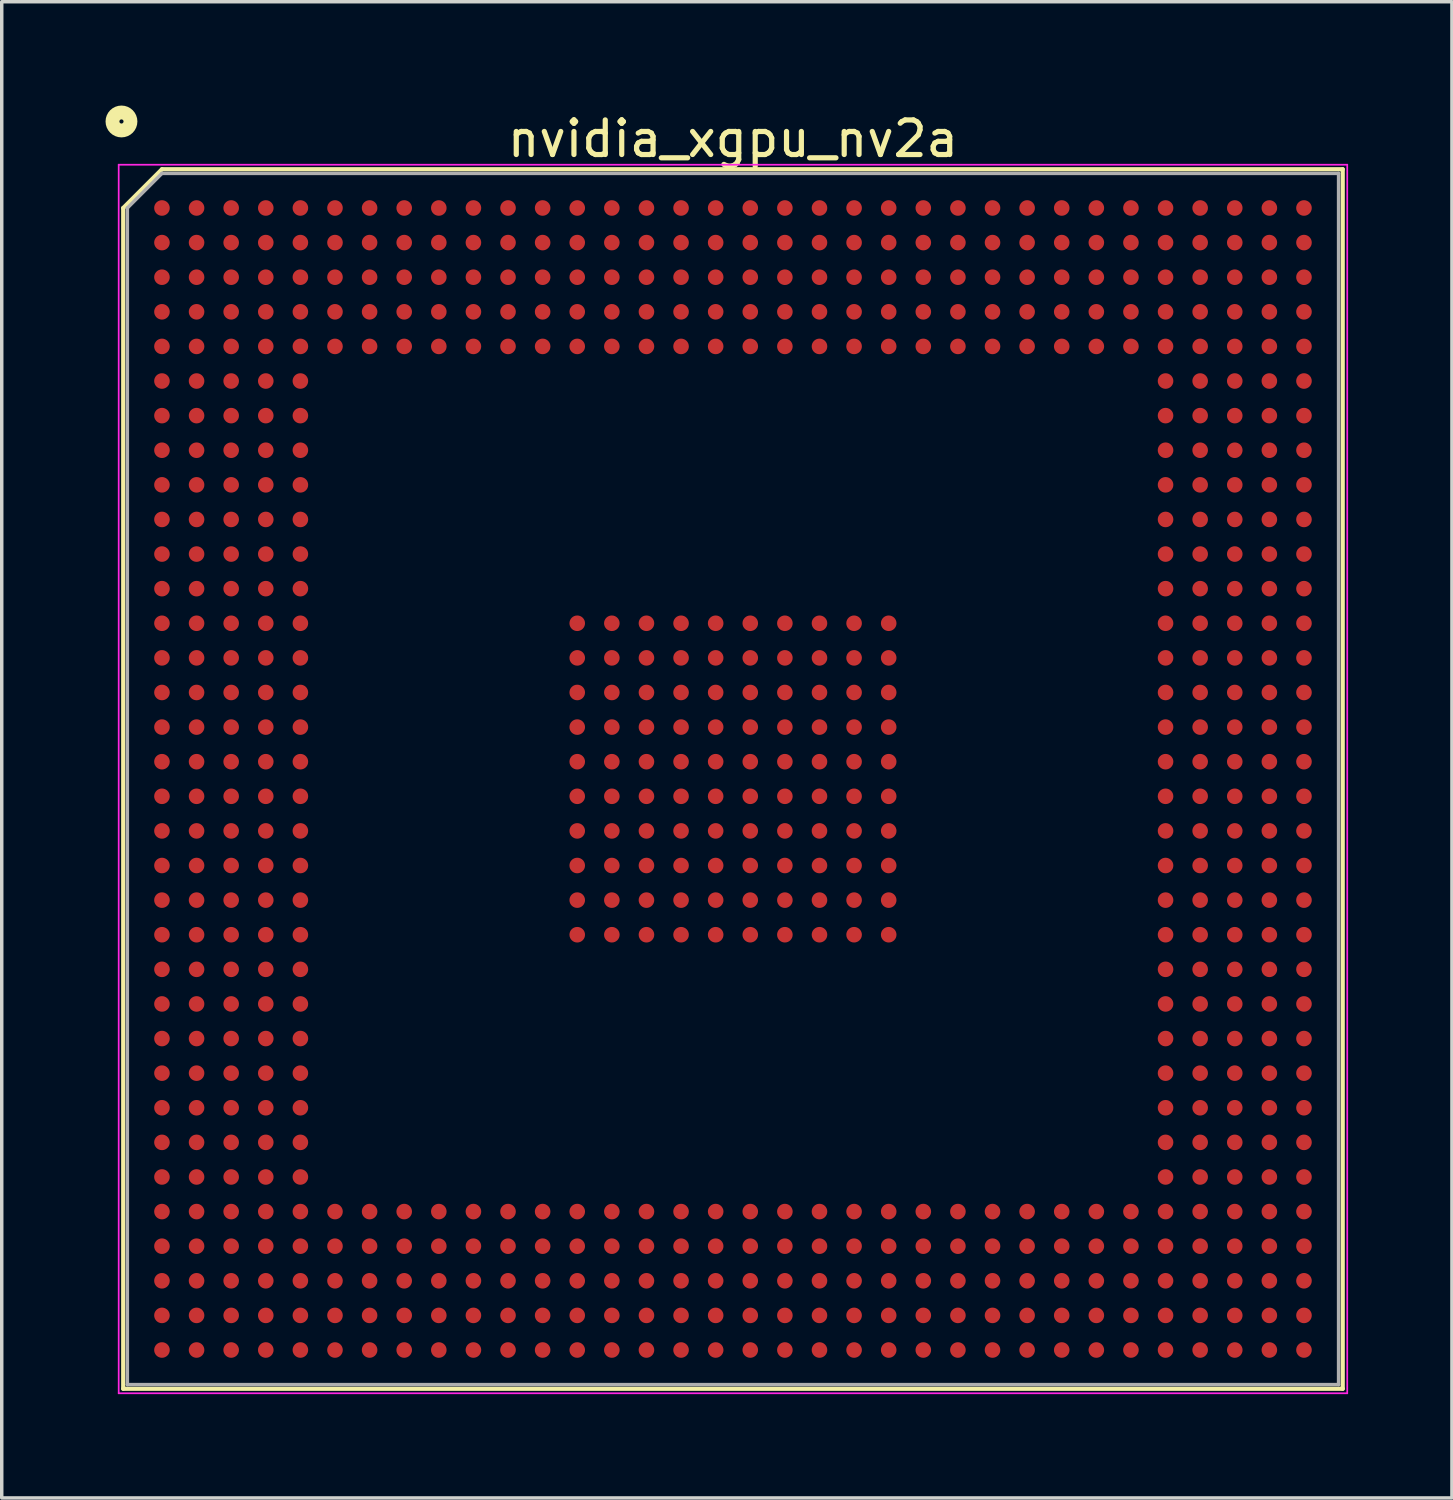
<source format=kicad_pcb>
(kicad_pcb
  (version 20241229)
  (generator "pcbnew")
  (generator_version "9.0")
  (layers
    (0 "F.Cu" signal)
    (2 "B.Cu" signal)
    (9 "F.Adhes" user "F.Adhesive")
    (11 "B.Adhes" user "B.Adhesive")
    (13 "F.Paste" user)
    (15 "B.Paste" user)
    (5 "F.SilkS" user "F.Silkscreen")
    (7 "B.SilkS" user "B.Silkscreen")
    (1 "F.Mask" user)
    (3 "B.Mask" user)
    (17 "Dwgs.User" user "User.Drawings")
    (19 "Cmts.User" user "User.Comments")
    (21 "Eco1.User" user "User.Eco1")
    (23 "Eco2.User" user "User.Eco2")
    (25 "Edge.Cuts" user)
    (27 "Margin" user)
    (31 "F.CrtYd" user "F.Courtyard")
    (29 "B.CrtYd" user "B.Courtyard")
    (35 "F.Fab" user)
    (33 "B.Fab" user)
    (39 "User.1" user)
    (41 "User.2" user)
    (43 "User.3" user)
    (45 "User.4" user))
  (footprint "nvidia_xgpu_nv2a"
    (layer "F.Cu")
    (at 18.13 19.46)
    (property "Reference" "nvidia_xgpu_nv2a" (at 0 -18.5 0) (layer "F.SilkS") (effects (font (size 1 1) (thickness 0.15))))
    (attr through_hole)
    (fp_line (start -17.62 -16.5) (end -17.62 17.62) (stroke (width 0.12) (type default)) (layer "F.SilkS"))
    (fp_line (start -16.5 -17.62) (end -17.62 -16.5) (stroke (width 0.12) (type default)) (layer "F.SilkS"))
    (fp_line (start 17.62 -17.62) (end -16.5 -17.62) (stroke (width 0.12) (type default)) (layer "F.SilkS"))
    (fp_line (start 17.62 -17.62) (end 17.62 17.62) (stroke (width 0.12) (type default)) (layer "F.SilkS"))
    (fp_line (start 17.62 17.62) (end -17.62 17.62) (stroke (width 0.12) (type default)) (layer "F.SilkS"))
    (fp_circle (center -17.67 -19) (end -17.41 -19) (stroke (width 0.4) (type default)) (fill no) (layer "F.SilkS"))
    (fp_line (start -17.75 -17.75) (end 17.75 -17.75) (stroke (width 0.05) (type default)) (layer "F.CrtYd"))
    (fp_line (start -17.75 17.75) (end -17.75 -17.75) (stroke (width 0.05) (type default)) (layer "F.CrtYd"))
    (fp_line (start 17.75 -17.75) (end 17.75 17.75) (stroke (width 0.05) (type default)) (layer "F.CrtYd"))
    (fp_line (start 17.75 17.75) (end -17.75 17.75) (stroke (width 0.05) (type default)) (layer "F.CrtYd"))
    (fp_line (start -17.5 -16.5) (end -17.5 17.5) (stroke (width 0.1) (type default)) (layer "F.Fab"))
    (fp_line (start -17.5 17.5) (end 17.5 17.5) (stroke (width 0.1) (type default)) (layer "F.Fab"))
    (fp_line (start -16.5 -17.5) (end -17.5 -16.5) (stroke (width 0.1) (type default)) (layer "F.Fab"))
    (fp_line (start 17.5 -17.5) (end -16.5 -17.5) (stroke (width 0.1) (type default)) (layer "F.Fab"))
    (fp_line (start 17.5 17.5) (end 17.5 -17.5) (stroke (width 0.1) (type default)) (layer "F.Fab"))
    (pad "A1" smd circle (at -16.5 -16.5) (size 0.45 0.45) (layers "F.Cu" "F.Mask" "F.Paste"))
    (pad "A2" smd circle (at -15.5 -16.5) (size 0.45 0.45) (layers "F.Cu" "F.Mask" "F.Paste"))
    (pad "A3" smd circle (at -14.5 -16.5) (size 0.45 0.45) (layers "F.Cu" "F.Mask" "F.Paste"))
    (pad "A4" smd circle (at -13.5 -16.5) (size 0.45 0.45) (layers "F.Cu" "F.Mask" "F.Paste"))
    (pad "A5" smd circle (at -12.5 -16.5) (size 0.45 0.45) (layers "F.Cu" "F.Mask" "F.Paste"))
    (pad "A6" smd circle (at -11.5 -16.5) (size 0.45 0.45) (layers "F.Cu" "F.Mask" "F.Paste"))
    (pad "A7" smd circle (at -10.5 -16.5) (size 0.45 0.45) (layers "F.Cu" "F.Mask" "F.Paste"))
    (pad "A8" smd circle (at -9.5 -16.5) (size 0.45 0.45) (layers "F.Cu" "F.Mask" "F.Paste"))
    (pad "A9" smd circle (at -8.5 -16.5) (size 0.45 0.45) (layers "F.Cu" "F.Mask" "F.Paste"))
    (pad "A10" smd circle (at -7.5 -16.5) (size 0.45 0.45) (layers "F.Cu" "F.Mask" "F.Paste"))
    (pad "A11" smd circle (at -6.5 -16.5) (size 0.45 0.45) (layers "F.Cu" "F.Mask" "F.Paste"))
    (pad "A12" smd circle (at -5.5 -16.5) (size 0.45 0.45) (layers "F.Cu" "F.Mask" "F.Paste"))
    (pad "A13" smd circle (at -4.5 -16.5) (size 0.45 0.45) (layers "F.Cu" "F.Mask" "F.Paste"))
    (pad "A14" smd circle (at -3.5 -16.5) (size 0.45 0.45) (layers "F.Cu" "F.Mask" "F.Paste"))
    (pad "A15" smd circle (at -2.5 -16.5) (size 0.45 0.45) (layers "F.Cu" "F.Mask" "F.Paste"))
    (pad "A16" smd circle (at -1.5 -16.5) (size 0.45 0.45) (layers "F.Cu" "F.Mask" "F.Paste"))
    (pad "A17" smd circle (at -0.5 -16.5) (size 0.45 0.45) (layers "F.Cu" "F.Mask" "F.Paste"))
    (pad "A18" smd circle (at 0.5 -16.5) (size 0.45 0.45) (layers "F.Cu" "F.Mask" "F.Paste"))
    (pad "A19" smd circle (at 1.5 -16.5) (size 0.45 0.45) (layers "F.Cu" "F.Mask" "F.Paste"))
    (pad "A20" smd circle (at 2.5 -16.5) (size 0.45 0.45) (layers "F.Cu" "F.Mask" "F.Paste"))
    (pad "A21" smd circle (at 3.5 -16.5) (size 0.45 0.45) (layers "F.Cu" "F.Mask" "F.Paste"))
    (pad "A22" smd circle (at 4.5 -16.5) (size 0.45 0.45) (layers "F.Cu" "F.Mask" "F.Paste"))
    (pad "A23" smd circle (at 5.5 -16.5) (size 0.45 0.45) (layers "F.Cu" "F.Mask" "F.Paste"))
    (pad "A24" smd circle (at 6.5 -16.5) (size 0.45 0.45) (layers "F.Cu" "F.Mask" "F.Paste"))
    (pad "A25" smd circle (at 7.5 -16.5) (size 0.45 0.45) (layers "F.Cu" "F.Mask" "F.Paste"))
    (pad "A26" smd circle (at 8.5 -16.5) (size 0.45 0.45) (layers "F.Cu" "F.Mask" "F.Paste"))
    (pad "A27" smd circle (at 9.5 -16.5) (size 0.45 0.45) (layers "F.Cu" "F.Mask" "F.Paste"))
    (pad "A28" smd circle (at 10.5 -16.5) (size 0.45 0.45) (layers "F.Cu" "F.Mask" "F.Paste"))
    (pad "A29" smd circle (at 11.5 -16.5) (size 0.45 0.45) (layers "F.Cu" "F.Mask" "F.Paste"))
    (pad "A30" smd circle (at 12.5 -16.5) (size 0.45 0.45) (layers "F.Cu" "F.Mask" "F.Paste"))
    (pad "A31" smd circle (at 13.5 -16.5) (size 0.45 0.45) (layers "F.Cu" "F.Mask" "F.Paste"))
    (pad "A32" smd circle (at 14.5 -16.5) (size 0.45 0.45) (layers "F.Cu" "F.Mask" "F.Paste"))
    (pad "A33" smd circle (at 15.5 -16.5) (size 0.45 0.45) (layers "F.Cu" "F.Mask" "F.Paste"))
    (pad "A34" smd circle (at 16.5 -16.5) (size 0.45 0.45) (layers "F.Cu" "F.Mask" "F.Paste"))
    (pad "AA1" smd circle (at -16.5 3.5) (size 0.45 0.45) (layers "F.Cu" "F.Mask" "F.Paste"))
    (pad "AA2" smd circle (at -15.5 3.5) (size 0.45 0.45) (layers "F.Cu" "F.Mask" "F.Paste"))
    (pad "AA3" smd circle (at -14.5 3.5) (size 0.45 0.45) (layers "F.Cu" "F.Mask" "F.Paste"))
    (pad "AA4" smd circle (at -13.5 3.5) (size 0.45 0.45) (layers "F.Cu" "F.Mask" "F.Paste"))
    (pad "AA5" smd circle (at -12.5 3.5) (size 0.45 0.45) (layers "F.Cu" "F.Mask" "F.Paste"))
    (pad "AA13" smd circle (at -4.5 3.5) (size 0.45 0.45) (layers "F.Cu" "F.Mask" "F.Paste"))
    (pad "AA14" smd circle (at -3.5 3.5) (size 0.45 0.45) (layers "F.Cu" "F.Mask" "F.Paste"))
    (pad "AA15" smd circle (at -2.5 3.5) (size 0.45 0.45) (layers "F.Cu" "F.Mask" "F.Paste"))
    (pad "AA16" smd circle (at -1.5 3.5) (size 0.45 0.45) (layers "F.Cu" "F.Mask" "F.Paste"))
    (pad "AA17" smd circle (at -0.5 3.5) (size 0.45 0.45) (layers "F.Cu" "F.Mask" "F.Paste"))
    (pad "AA18" smd circle (at 0.5 3.5) (size 0.45 0.45) (layers "F.Cu" "F.Mask" "F.Paste"))
    (pad "AA19" smd circle (at 1.5 3.5) (size 0.45 0.45) (layers "F.Cu" "F.Mask" "F.Paste"))
    (pad "AA20" smd circle (at 2.5 3.5) (size 0.45 0.45) (layers "F.Cu" "F.Mask" "F.Paste"))
    (pad "AA21" smd circle (at 3.5 3.5) (size 0.45 0.45) (layers "F.Cu" "F.Mask" "F.Paste"))
    (pad "AA22" smd circle (at 4.5 3.5) (size 0.45 0.45) (layers "F.Cu" "F.Mask" "F.Paste"))
    (pad "AA30" smd circle (at 12.5 3.5) (size 0.45 0.45) (layers "F.Cu" "F.Mask" "F.Paste"))
    (pad "AA31" smd circle (at 13.5 3.5) (size 0.45 0.45) (layers "F.Cu" "F.Mask" "F.Paste"))
    (pad "AA32" smd circle (at 14.5 3.5) (size 0.45 0.45) (layers "F.Cu" "F.Mask" "F.Paste"))
    (pad "AA33" smd circle (at 15.5 3.5) (size 0.45 0.45) (layers "F.Cu" "F.Mask" "F.Paste"))
    (pad "AA34" smd circle (at 16.5 3.5) (size 0.45 0.45) (layers "F.Cu" "F.Mask" "F.Paste"))
    (pad "AB1" smd circle (at -16.5 4.5) (size 0.45 0.45) (layers "F.Cu" "F.Mask" "F.Paste"))
    (pad "AB2" smd circle (at -15.5 4.5) (size 0.45 0.45) (layers "F.Cu" "F.Mask" "F.Paste"))
    (pad "AB3" smd circle (at -14.5 4.5) (size 0.45 0.45) (layers "F.Cu" "F.Mask" "F.Paste"))
    (pad "AB4" smd circle (at -13.5 4.5) (size 0.45 0.45) (layers "F.Cu" "F.Mask" "F.Paste"))
    (pad "AB5" smd circle (at -12.5 4.5) (size 0.45 0.45) (layers "F.Cu" "F.Mask" "F.Paste"))
    (pad "AB13" smd circle (at -4.5 4.5) (size 0.45 0.45) (layers "F.Cu" "F.Mask" "F.Paste"))
    (pad "AB14" smd circle (at -3.5 4.5) (size 0.45 0.45) (layers "F.Cu" "F.Mask" "F.Paste"))
    (pad "AB15" smd circle (at -2.5 4.5) (size 0.45 0.45) (layers "F.Cu" "F.Mask" "F.Paste"))
    (pad "AB16" smd circle (at -1.5 4.5) (size 0.45 0.45) (layers "F.Cu" "F.Mask" "F.Paste"))
    (pad "AB17" smd circle (at -0.5 4.5) (size 0.45 0.45) (layers "F.Cu" "F.Mask" "F.Paste"))
    (pad "AB18" smd circle (at 0.5 4.5) (size 0.45 0.45) (layers "F.Cu" "F.Mask" "F.Paste"))
    (pad "AB19" smd circle (at 1.5 4.5) (size 0.45 0.45) (layers "F.Cu" "F.Mask" "F.Paste"))
    (pad "AB20" smd circle (at 2.5 4.5) (size 0.45 0.45) (layers "F.Cu" "F.Mask" "F.Paste"))
    (pad "AB21" smd circle (at 3.5 4.5) (size 0.45 0.45) (layers "F.Cu" "F.Mask" "F.Paste"))
    (pad "AB22" smd circle (at 4.5 4.5) (size 0.45 0.45) (layers "F.Cu" "F.Mask" "F.Paste"))
    (pad "AB30" smd circle (at 12.5 4.5) (size 0.45 0.45) (layers "F.Cu" "F.Mask" "F.Paste"))
    (pad "AB31" smd circle (at 13.5 4.5) (size 0.45 0.45) (layers "F.Cu" "F.Mask" "F.Paste"))
    (pad "AB32" smd circle (at 14.5 4.5) (size 0.45 0.45) (layers "F.Cu" "F.Mask" "F.Paste"))
    (pad "AB33" smd circle (at 15.5 4.5) (size 0.45 0.45) (layers "F.Cu" "F.Mask" "F.Paste"))
    (pad "AB34" smd circle (at 16.5 4.5) (size 0.45 0.45) (layers "F.Cu" "F.Mask" "F.Paste"))
    (pad "AC1" smd circle (at -16.5 5.5) (size 0.45 0.45) (layers "F.Cu" "F.Mask" "F.Paste"))
    (pad "AC2" smd circle (at -15.5 5.5) (size 0.45 0.45) (layers "F.Cu" "F.Mask" "F.Paste"))
    (pad "AC3" smd circle (at -14.5 5.5) (size 0.45 0.45) (layers "F.Cu" "F.Mask" "F.Paste"))
    (pad "AC4" smd circle (at -13.5 5.5) (size 0.45 0.45) (layers "F.Cu" "F.Mask" "F.Paste"))
    (pad "AC5" smd circle (at -12.5 5.5) (size 0.45 0.45) (layers "F.Cu" "F.Mask" "F.Paste"))
    (pad "AC30" smd circle (at 12.5 5.5) (size 0.45 0.45) (layers "F.Cu" "F.Mask" "F.Paste"))
    (pad "AC31" smd circle (at 13.5 5.5) (size 0.45 0.45) (layers "F.Cu" "F.Mask" "F.Paste"))
    (pad "AC32" smd circle (at 14.5 5.5) (size 0.45 0.45) (layers "F.Cu" "F.Mask" "F.Paste"))
    (pad "AC33" smd circle (at 15.5 5.5) (size 0.45 0.45) (layers "F.Cu" "F.Mask" "F.Paste"))
    (pad "AC34" smd circle (at 16.5 5.5) (size 0.45 0.45) (layers "F.Cu" "F.Mask" "F.Paste"))
    (pad "AD1" smd circle (at -16.5 6.5) (size 0.45 0.45) (layers "F.Cu" "F.Mask" "F.Paste"))
    (pad "AD2" smd circle (at -15.5 6.5) (size 0.45 0.45) (layers "F.Cu" "F.Mask" "F.Paste"))
    (pad "AD3" smd circle (at -14.5 6.5) (size 0.45 0.45) (layers "F.Cu" "F.Mask" "F.Paste"))
    (pad "AD4" smd circle (at -13.5 6.5) (size 0.45 0.45) (layers "F.Cu" "F.Mask" "F.Paste"))
    (pad "AD5" smd circle (at -12.5 6.5) (size 0.45 0.45) (layers "F.Cu" "F.Mask" "F.Paste"))
    (pad "AD30" smd circle (at 12.5 6.5) (size 0.45 0.45) (layers "F.Cu" "F.Mask" "F.Paste"))
    (pad "AD31" smd circle (at 13.5 6.5) (size 0.45 0.45) (layers "F.Cu" "F.Mask" "F.Paste"))
    (pad "AD32" smd circle (at 14.5 6.5) (size 0.45 0.45) (layers "F.Cu" "F.Mask" "F.Paste"))
    (pad "AD33" smd circle (at 15.5 6.5) (size 0.45 0.45) (layers "F.Cu" "F.Mask" "F.Paste"))
    (pad "AD34" smd circle (at 16.5 6.5) (size 0.45 0.45) (layers "F.Cu" "F.Mask" "F.Paste"))
    (pad "AE1" smd circle (at -16.5 7.5) (size 0.45 0.45) (layers "F.Cu" "F.Mask" "F.Paste"))
    (pad "AE2" smd circle (at -15.5 7.5) (size 0.45 0.45) (layers "F.Cu" "F.Mask" "F.Paste"))
    (pad "AE3" smd circle (at -14.5 7.5) (size 0.45 0.45) (layers "F.Cu" "F.Mask" "F.Paste"))
    (pad "AE4" smd circle (at -13.5 7.5) (size 0.45 0.45) (layers "F.Cu" "F.Mask" "F.Paste"))
    (pad "AE5" smd circle (at -12.5 7.5) (size 0.45 0.45) (layers "F.Cu" "F.Mask" "F.Paste"))
    (pad "AE30" smd circle (at 12.5 7.5) (size 0.45 0.45) (layers "F.Cu" "F.Mask" "F.Paste"))
    (pad "AE31" smd circle (at 13.5 7.5) (size 0.45 0.45) (layers "F.Cu" "F.Mask" "F.Paste"))
    (pad "AE32" smd circle (at 14.5 7.5) (size 0.45 0.45) (layers "F.Cu" "F.Mask" "F.Paste"))
    (pad "AE33" smd circle (at 15.5 7.5) (size 0.45 0.45) (layers "F.Cu" "F.Mask" "F.Paste"))
    (pad "AE34" smd circle (at 16.5 7.5) (size 0.45 0.45) (layers "F.Cu" "F.Mask" "F.Paste"))
    (pad "AF1" smd circle (at -16.5 8.5) (size 0.45 0.45) (layers "F.Cu" "F.Mask" "F.Paste"))
    (pad "AF2" smd circle (at -15.5 8.5) (size 0.45 0.45) (layers "F.Cu" "F.Mask" "F.Paste"))
    (pad "AF3" smd circle (at -14.5 8.5) (size 0.45 0.45) (layers "F.Cu" "F.Mask" "F.Paste"))
    (pad "AF4" smd circle (at -13.5 8.5) (size 0.45 0.45) (layers "F.Cu" "F.Mask" "F.Paste"))
    (pad "AF5" smd circle (at -12.5 8.5) (size 0.45 0.45) (layers "F.Cu" "F.Mask" "F.Paste"))
    (pad "AF30" smd circle (at 12.5 8.5) (size 0.45 0.45) (layers "F.Cu" "F.Mask" "F.Paste"))
    (pad "AF31" smd circle (at 13.5 8.5) (size 0.45 0.45) (layers "F.Cu" "F.Mask" "F.Paste"))
    (pad "AF32" smd circle (at 14.5 8.5) (size 0.45 0.45) (layers "F.Cu" "F.Mask" "F.Paste"))
    (pad "AF33" smd circle (at 15.5 8.5) (size 0.45 0.45) (layers "F.Cu" "F.Mask" "F.Paste"))
    (pad "AF34" smd circle (at 16.5 8.5) (size 0.45 0.45) (layers "F.Cu" "F.Mask" "F.Paste"))
    (pad "AG1" smd circle (at -16.5 9.5) (size 0.45 0.45) (layers "F.Cu" "F.Mask" "F.Paste"))
    (pad "AG2" smd circle (at -15.5 9.5) (size 0.45 0.45) (layers "F.Cu" "F.Mask" "F.Paste"))
    (pad "AG3" smd circle (at -14.5 9.5) (size 0.45 0.45) (layers "F.Cu" "F.Mask" "F.Paste"))
    (pad "AG4" smd circle (at -13.5 9.5) (size 0.45 0.45) (layers "F.Cu" "F.Mask" "F.Paste"))
    (pad "AG5" smd circle (at -12.5 9.5) (size 0.45 0.45) (layers "F.Cu" "F.Mask" "F.Paste"))
    (pad "AG30" smd circle (at 12.5 9.5) (size 0.45 0.45) (layers "F.Cu" "F.Mask" "F.Paste"))
    (pad "AG31" smd circle (at 13.5 9.5) (size 0.45 0.45) (layers "F.Cu" "F.Mask" "F.Paste"))
    (pad "AG32" smd circle (at 14.5 9.5) (size 0.45 0.45) (layers "F.Cu" "F.Mask" "F.Paste"))
    (pad "AG33" smd circle (at 15.5 9.5) (size 0.45 0.45) (layers "F.Cu" "F.Mask" "F.Paste"))
    (pad "AG34" smd circle (at 16.5 9.5) (size 0.45 0.45) (layers "F.Cu" "F.Mask" "F.Paste"))
    (pad "AH1" smd circle (at -16.5 10.5) (size 0.45 0.45) (layers "F.Cu" "F.Mask" "F.Paste"))
    (pad "AH2" smd circle (at -15.5 10.5) (size 0.45 0.45) (layers "F.Cu" "F.Mask" "F.Paste"))
    (pad "AH3" smd circle (at -14.5 10.5) (size 0.45 0.45) (layers "F.Cu" "F.Mask" "F.Paste"))
    (pad "AH4" smd circle (at -13.5 10.5) (size 0.45 0.45) (layers "F.Cu" "F.Mask" "F.Paste"))
    (pad "AH5" smd circle (at -12.5 10.5) (size 0.45 0.45) (layers "F.Cu" "F.Mask" "F.Paste"))
    (pad "AH30" smd circle (at 12.5 10.5) (size 0.45 0.45) (layers "F.Cu" "F.Mask" "F.Paste"))
    (pad "AH31" smd circle (at 13.5 10.5) (size 0.45 0.45) (layers "F.Cu" "F.Mask" "F.Paste"))
    (pad "AH32" smd circle (at 14.5 10.5) (size 0.45 0.45) (layers "F.Cu" "F.Mask" "F.Paste"))
    (pad "AH33" smd circle (at 15.5 10.5) (size 0.45 0.45) (layers "F.Cu" "F.Mask" "F.Paste"))
    (pad "AH34" smd circle (at 16.5 10.5) (size 0.45 0.45) (layers "F.Cu" "F.Mask" "F.Paste"))
    (pad "AJ1" smd circle (at -16.5 11.5) (size 0.45 0.45) (layers "F.Cu" "F.Mask" "F.Paste"))
    (pad "AJ2" smd circle (at -15.5 11.5) (size 0.45 0.45) (layers "F.Cu" "F.Mask" "F.Paste"))
    (pad "AJ3" smd circle (at -14.5 11.5) (size 0.45 0.45) (layers "F.Cu" "F.Mask" "F.Paste"))
    (pad "AJ4" smd circle (at -13.5 11.5) (size 0.45 0.45) (layers "F.Cu" "F.Mask" "F.Paste"))
    (pad "AJ5" smd circle (at -12.5 11.5) (size 0.45 0.45) (layers "F.Cu" "F.Mask" "F.Paste"))
    (pad "AJ30" smd circle (at 12.5 11.5) (size 0.45 0.45) (layers "F.Cu" "F.Mask" "F.Paste"))
    (pad "AJ31" smd circle (at 13.5 11.5) (size 0.45 0.45) (layers "F.Cu" "F.Mask" "F.Paste"))
    (pad "AJ32" smd circle (at 14.5 11.5) (size 0.45 0.45) (layers "F.Cu" "F.Mask" "F.Paste"))
    (pad "AJ33" smd circle (at 15.5 11.5) (size 0.45 0.45) (layers "F.Cu" "F.Mask" "F.Paste"))
    (pad "AJ34" smd circle (at 16.5 11.5) (size 0.45 0.45) (layers "F.Cu" "F.Mask" "F.Paste"))
    (pad "AK1" smd circle (at -16.5 12.5) (size 0.45 0.45) (layers "F.Cu" "F.Mask" "F.Paste"))
    (pad "AK2" smd circle (at -15.5 12.5) (size 0.45 0.45) (layers "F.Cu" "F.Mask" "F.Paste"))
    (pad "AK3" smd circle (at -14.5 12.5) (size 0.45 0.45) (layers "F.Cu" "F.Mask" "F.Paste"))
    (pad "AK4" smd circle (at -13.5 12.5) (size 0.45 0.45) (layers "F.Cu" "F.Mask" "F.Paste"))
    (pad "AK5" smd circle (at -12.5 12.5) (size 0.45 0.45) (layers "F.Cu" "F.Mask" "F.Paste"))
    (pad "AK6" smd circle (at -11.5 12.5) (size 0.45 0.45) (layers "F.Cu" "F.Mask" "F.Paste"))
    (pad "AK7" smd circle (at -10.5 12.5) (size 0.45 0.45) (layers "F.Cu" "F.Mask" "F.Paste"))
    (pad "AK8" smd circle (at -9.5 12.5) (size 0.45 0.45) (layers "F.Cu" "F.Mask" "F.Paste"))
    (pad "AK9" smd circle (at -8.5 12.5) (size 0.45 0.45) (layers "F.Cu" "F.Mask" "F.Paste"))
    (pad "AK10" smd circle (at -7.5 12.5) (size 0.45 0.45) (layers "F.Cu" "F.Mask" "F.Paste"))
    (pad "AK11" smd circle (at -6.5 12.5) (size 0.45 0.45) (layers "F.Cu" "F.Mask" "F.Paste"))
    (pad "AK12" smd circle (at -5.5 12.5) (size 0.45 0.45) (layers "F.Cu" "F.Mask" "F.Paste"))
    (pad "AK13" smd circle (at -4.5 12.5) (size 0.45 0.45) (layers "F.Cu" "F.Mask" "F.Paste"))
    (pad "AK14" smd circle (at -3.5 12.5) (size 0.45 0.45) (layers "F.Cu" "F.Mask" "F.Paste"))
    (pad "AK15" smd circle (at -2.5 12.5) (size 0.45 0.45) (layers "F.Cu" "F.Mask" "F.Paste"))
    (pad "AK16" smd circle (at -1.5 12.5) (size 0.45 0.45) (layers "F.Cu" "F.Mask" "F.Paste"))
    (pad "AK17" smd circle (at -0.5 12.5) (size 0.45 0.45) (layers "F.Cu" "F.Mask" "F.Paste"))
    (pad "AK18" smd circle (at 0.5 12.5) (size 0.45 0.45) (layers "F.Cu" "F.Mask" "F.Paste"))
    (pad "AK19" smd circle (at 1.5 12.5) (size 0.45 0.45) (layers "F.Cu" "F.Mask" "F.Paste"))
    (pad "AK20" smd circle (at 2.5 12.5) (size 0.45 0.45) (layers "F.Cu" "F.Mask" "F.Paste"))
    (pad "AK21" smd circle (at 3.5 12.5) (size 0.45 0.45) (layers "F.Cu" "F.Mask" "F.Paste"))
    (pad "AK22" smd circle (at 4.5 12.5) (size 0.45 0.45) (layers "F.Cu" "F.Mask" "F.Paste"))
    (pad "AK23" smd circle (at 5.5 12.5) (size 0.45 0.45) (layers "F.Cu" "F.Mask" "F.Paste"))
    (pad "AK24" smd circle (at 6.5 12.5) (size 0.45 0.45) (layers "F.Cu" "F.Mask" "F.Paste"))
    (pad "AK25" smd circle (at 7.5 12.5) (size 0.45 0.45) (layers "F.Cu" "F.Mask" "F.Paste"))
    (pad "AK26" smd circle (at 8.5 12.5) (size 0.45 0.45) (layers "F.Cu" "F.Mask" "F.Paste"))
    (pad "AK27" smd circle (at 9.5 12.5) (size 0.45 0.45) (layers "F.Cu" "F.Mask" "F.Paste"))
    (pad "AK28" smd circle (at 10.5 12.5) (size 0.45 0.45) (layers "F.Cu" "F.Mask" "F.Paste"))
    (pad "AK29" smd circle (at 11.5 12.5) (size 0.45 0.45) (layers "F.Cu" "F.Mask" "F.Paste"))
    (pad "AK30" smd circle (at 12.5 12.5) (size 0.45 0.45) (layers "F.Cu" "F.Mask" "F.Paste"))
    (pad "AK31" smd circle (at 13.5 12.5) (size 0.45 0.45) (layers "F.Cu" "F.Mask" "F.Paste"))
    (pad "AK32" smd circle (at 14.5 12.5) (size 0.45 0.45) (layers "F.Cu" "F.Mask" "F.Paste"))
    (pad "AK33" smd circle (at 15.5 12.5) (size 0.45 0.45) (layers "F.Cu" "F.Mask" "F.Paste"))
    (pad "AK34" smd circle (at 16.5 12.5) (size 0.45 0.45) (layers "F.Cu" "F.Mask" "F.Paste"))
    (pad "AL1" smd circle (at -16.5 13.5) (size 0.45 0.45) (layers "F.Cu" "F.Mask" "F.Paste"))
    (pad "AL2" smd circle (at -15.5 13.5) (size 0.45 0.45) (layers "F.Cu" "F.Mask" "F.Paste"))
    (pad "AL3" smd circle (at -14.5 13.5) (size 0.45 0.45) (layers "F.Cu" "F.Mask" "F.Paste"))
    (pad "AL4" smd circle (at -13.5 13.5) (size 0.45 0.45) (layers "F.Cu" "F.Mask" "F.Paste"))
    (pad "AL5" smd circle (at -12.5 13.5) (size 0.45 0.45) (layers "F.Cu" "F.Mask" "F.Paste"))
    (pad "AL6" smd circle (at -11.5 13.5) (size 0.45 0.45) (layers "F.Cu" "F.Mask" "F.Paste"))
    (pad "AL7" smd circle (at -10.5 13.5) (size 0.45 0.45) (layers "F.Cu" "F.Mask" "F.Paste"))
    (pad "AL8" smd circle (at -9.5 13.5) (size 0.45 0.45) (layers "F.Cu" "F.Mask" "F.Paste"))
    (pad "AL9" smd circle (at -8.5 13.5) (size 0.45 0.45) (layers "F.Cu" "F.Mask" "F.Paste"))
    (pad "AL10" smd circle (at -7.5 13.5) (size 0.45 0.45) (layers "F.Cu" "F.Mask" "F.Paste"))
    (pad "AL11" smd circle (at -6.5 13.5) (size 0.45 0.45) (layers "F.Cu" "F.Mask" "F.Paste"))
    (pad "AL12" smd circle (at -5.5 13.5) (size 0.45 0.45) (layers "F.Cu" "F.Mask" "F.Paste"))
    (pad "AL13" smd circle (at -4.5 13.5) (size 0.45 0.45) (layers "F.Cu" "F.Mask" "F.Paste"))
    (pad "AL14" smd circle (at -3.5 13.5) (size 0.45 0.45) (layers "F.Cu" "F.Mask" "F.Paste"))
    (pad "AL15" smd circle (at -2.5 13.5) (size 0.45 0.45) (layers "F.Cu" "F.Mask" "F.Paste"))
    (pad "AL16" smd circle (at -1.5 13.5) (size 0.45 0.45) (layers "F.Cu" "F.Mask" "F.Paste"))
    (pad "AL17" smd circle (at -0.5 13.5) (size 0.45 0.45) (layers "F.Cu" "F.Mask" "F.Paste"))
    (pad "AL18" smd circle (at 0.5 13.5) (size 0.45 0.45) (layers "F.Cu" "F.Mask" "F.Paste"))
    (pad "AL19" smd circle (at 1.5 13.5) (size 0.45 0.45) (layers "F.Cu" "F.Mask" "F.Paste"))
    (pad "AL20" smd circle (at 2.5 13.5) (size 0.45 0.45) (layers "F.Cu" "F.Mask" "F.Paste"))
    (pad "AL21" smd circle (at 3.5 13.5) (size 0.45 0.45) (layers "F.Cu" "F.Mask" "F.Paste"))
    (pad "AL22" smd circle (at 4.5 13.5) (size 0.45 0.45) (layers "F.Cu" "F.Mask" "F.Paste"))
    (pad "AL23" smd circle (at 5.5 13.5) (size 0.45 0.45) (layers "F.Cu" "F.Mask" "F.Paste"))
    (pad "AL24" smd circle (at 6.5 13.5) (size 0.45 0.45) (layers "F.Cu" "F.Mask" "F.Paste"))
    (pad "AL25" smd circle (at 7.5 13.5) (size 0.45 0.45) (layers "F.Cu" "F.Mask" "F.Paste"))
    (pad "AL26" smd circle (at 8.5 13.5) (size 0.45 0.45) (layers "F.Cu" "F.Mask" "F.Paste"))
    (pad "AL27" smd circle (at 9.5 13.5) (size 0.45 0.45) (layers "F.Cu" "F.Mask" "F.Paste"))
    (pad "AL28" smd circle (at 10.5 13.5) (size 0.45 0.45) (layers "F.Cu" "F.Mask" "F.Paste"))
    (pad "AL29" smd circle (at 11.5 13.5) (size 0.45 0.45) (layers "F.Cu" "F.Mask" "F.Paste"))
    (pad "AL30" smd circle (at 12.5 13.5) (size 0.45 0.45) (layers "F.Cu" "F.Mask" "F.Paste"))
    (pad "AL31" smd circle (at 13.5 13.5) (size 0.45 0.45) (layers "F.Cu" "F.Mask" "F.Paste"))
    (pad "AL32" smd circle (at 14.5 13.5) (size 0.45 0.45) (layers "F.Cu" "F.Mask" "F.Paste"))
    (pad "AL33" smd circle (at 15.5 13.5) (size 0.45 0.45) (layers "F.Cu" "F.Mask" "F.Paste"))
    (pad "AL34" smd circle (at 16.5 13.5) (size 0.45 0.45) (layers "F.Cu" "F.Mask" "F.Paste"))
    (pad "AM1" smd circle (at -16.5 14.5) (size 0.45 0.45) (layers "F.Cu" "F.Mask" "F.Paste"))
    (pad "AM2" smd circle (at -15.5 14.5) (size 0.45 0.45) (layers "F.Cu" "F.Mask" "F.Paste"))
    (pad "AM3" smd circle (at -14.5 14.5) (size 0.45 0.45) (layers "F.Cu" "F.Mask" "F.Paste"))
    (pad "AM4" smd circle (at -13.5 14.5) (size 0.45 0.45) (layers "F.Cu" "F.Mask" "F.Paste"))
    (pad "AM5" smd circle (at -12.5 14.5) (size 0.45 0.45) (layers "F.Cu" "F.Mask" "F.Paste"))
    (pad "AM6" smd circle (at -11.5 14.5) (size 0.45 0.45) (layers "F.Cu" "F.Mask" "F.Paste"))
    (pad "AM7" smd circle (at -10.5 14.5) (size 0.45 0.45) (layers "F.Cu" "F.Mask" "F.Paste"))
    (pad "AM8" smd circle (at -9.5 14.5) (size 0.45 0.45) (layers "F.Cu" "F.Mask" "F.Paste"))
    (pad "AM9" smd circle (at -8.5 14.5) (size 0.45 0.45) (layers "F.Cu" "F.Mask" "F.Paste"))
    (pad "AM10" smd circle (at -7.5 14.5) (size 0.45 0.45) (layers "F.Cu" "F.Mask" "F.Paste"))
    (pad "AM11" smd circle (at -6.5 14.5) (size 0.45 0.45) (layers "F.Cu" "F.Mask" "F.Paste"))
    (pad "AM12" smd circle (at -5.5 14.5) (size 0.45 0.45) (layers "F.Cu" "F.Mask" "F.Paste"))
    (pad "AM13" smd circle (at -4.5 14.5) (size 0.45 0.45) (layers "F.Cu" "F.Mask" "F.Paste"))
    (pad "AM14" smd circle (at -3.5 14.5) (size 0.45 0.45) (layers "F.Cu" "F.Mask" "F.Paste"))
    (pad "AM15" smd circle (at -2.5 14.5) (size 0.45 0.45) (layers "F.Cu" "F.Mask" "F.Paste"))
    (pad "AM16" smd circle (at -1.5 14.5) (size 0.45 0.45) (layers "F.Cu" "F.Mask" "F.Paste"))
    (pad "AM17" smd circle (at -0.5 14.5) (size 0.45 0.45) (layers "F.Cu" "F.Mask" "F.Paste"))
    (pad "AM18" smd circle (at 0.5 14.5) (size 0.45 0.45) (layers "F.Cu" "F.Mask" "F.Paste"))
    (pad "AM19" smd circle (at 1.5 14.5) (size 0.45 0.45) (layers "F.Cu" "F.Mask" "F.Paste"))
    (pad "AM20" smd circle (at 2.5 14.5) (size 0.45 0.45) (layers "F.Cu" "F.Mask" "F.Paste"))
    (pad "AM21" smd circle (at 3.5 14.5) (size 0.45 0.45) (layers "F.Cu" "F.Mask" "F.Paste"))
    (pad "AM22" smd circle (at 4.5 14.5) (size 0.45 0.45) (layers "F.Cu" "F.Mask" "F.Paste"))
    (pad "AM23" smd circle (at 5.5 14.5) (size 0.45 0.45) (layers "F.Cu" "F.Mask" "F.Paste"))
    (pad "AM24" smd circle (at 6.5 14.5) (size 0.45 0.45) (layers "F.Cu" "F.Mask" "F.Paste"))
    (pad "AM25" smd circle (at 7.5 14.5) (size 0.45 0.45) (layers "F.Cu" "F.Mask" "F.Paste"))
    (pad "AM26" smd circle (at 8.5 14.5) (size 0.45 0.45) (layers "F.Cu" "F.Mask" "F.Paste"))
    (pad "AM27" smd circle (at 9.5 14.5) (size 0.45 0.45) (layers "F.Cu" "F.Mask" "F.Paste"))
    (pad "AM28" smd circle (at 10.5 14.5) (size 0.45 0.45) (layers "F.Cu" "F.Mask" "F.Paste"))
    (pad "AM29" smd circle (at 11.5 14.5) (size 0.45 0.45) (layers "F.Cu" "F.Mask" "F.Paste"))
    (pad "AM30" smd circle (at 12.5 14.5) (size 0.45 0.45) (layers "F.Cu" "F.Mask" "F.Paste"))
    (pad "AM31" smd circle (at 13.5 14.5) (size 0.45 0.45) (layers "F.Cu" "F.Mask" "F.Paste"))
    (pad "AM32" smd circle (at 14.5 14.5) (size 0.45 0.45) (layers "F.Cu" "F.Mask" "F.Paste"))
    (pad "AM33" smd circle (at 15.5 14.5) (size 0.45 0.45) (layers "F.Cu" "F.Mask" "F.Paste"))
    (pad "AM34" smd circle (at 16.5 14.5) (size 0.45 0.45) (layers "F.Cu" "F.Mask" "F.Paste"))
    (pad "AN1" smd circle (at -16.5 15.5) (size 0.45 0.45) (layers "F.Cu" "F.Mask" "F.Paste"))
    (pad "AN2" smd circle (at -15.5 15.5) (size 0.45 0.45) (layers "F.Cu" "F.Mask" "F.Paste"))
    (pad "AN3" smd circle (at -14.5 15.5) (size 0.45 0.45) (layers "F.Cu" "F.Mask" "F.Paste"))
    (pad "AN4" smd circle (at -13.5 15.5) (size 0.45 0.45) (layers "F.Cu" "F.Mask" "F.Paste"))
    (pad "AN5" smd circle (at -12.5 15.5) (size 0.45 0.45) (layers "F.Cu" "F.Mask" "F.Paste"))
    (pad "AN6" smd circle (at -11.5 15.5) (size 0.45 0.45) (layers "F.Cu" "F.Mask" "F.Paste"))
    (pad "AN7" smd circle (at -10.5 15.5) (size 0.45 0.45) (layers "F.Cu" "F.Mask" "F.Paste"))
    (pad "AN8" smd circle (at -9.5 15.5) (size 0.45 0.45) (layers "F.Cu" "F.Mask" "F.Paste"))
    (pad "AN9" smd circle (at -8.5 15.5) (size 0.45 0.45) (layers "F.Cu" "F.Mask" "F.Paste"))
    (pad "AN10" smd circle (at -7.5 15.5) (size 0.45 0.45) (layers "F.Cu" "F.Mask" "F.Paste"))
    (pad "AN11" smd circle (at -6.5 15.5) (size 0.45 0.45) (layers "F.Cu" "F.Mask" "F.Paste"))
    (pad "AN12" smd circle (at -5.5 15.5) (size 0.45 0.45) (layers "F.Cu" "F.Mask" "F.Paste"))
    (pad "AN13" smd circle (at -4.5 15.5) (size 0.45 0.45) (layers "F.Cu" "F.Mask" "F.Paste"))
    (pad "AN14" smd circle (at -3.5 15.5) (size 0.45 0.45) (layers "F.Cu" "F.Mask" "F.Paste"))
    (pad "AN15" smd circle (at -2.5 15.5) (size 0.45 0.45) (layers "F.Cu" "F.Mask" "F.Paste"))
    (pad "AN16" smd circle (at -1.5 15.5) (size 0.45 0.45) (layers "F.Cu" "F.Mask" "F.Paste"))
    (pad "AN17" smd circle (at -0.5 15.5) (size 0.45 0.45) (layers "F.Cu" "F.Mask" "F.Paste"))
    (pad "AN18" smd circle (at 0.5 15.5) (size 0.45 0.45) (layers "F.Cu" "F.Mask" "F.Paste"))
    (pad "AN19" smd circle (at 1.5 15.5) (size 0.45 0.45) (layers "F.Cu" "F.Mask" "F.Paste"))
    (pad "AN20" smd circle (at 2.5 15.5) (size 0.45 0.45) (layers "F.Cu" "F.Mask" "F.Paste"))
    (pad "AN21" smd circle (at 3.5 15.5) (size 0.45 0.45) (layers "F.Cu" "F.Mask" "F.Paste"))
    (pad "AN22" smd circle (at 4.5 15.5) (size 0.45 0.45) (layers "F.Cu" "F.Mask" "F.Paste"))
    (pad "AN23" smd circle (at 5.5 15.5) (size 0.45 0.45) (layers "F.Cu" "F.Mask" "F.Paste"))
    (pad "AN24" smd circle (at 6.5 15.5) (size 0.45 0.45) (layers "F.Cu" "F.Mask" "F.Paste"))
    (pad "AN25" smd circle (at 7.5 15.5) (size 0.45 0.45) (layers "F.Cu" "F.Mask" "F.Paste"))
    (pad "AN26" smd circle (at 8.5 15.5) (size 0.45 0.45) (layers "F.Cu" "F.Mask" "F.Paste"))
    (pad "AN27" smd circle (at 9.5 15.5) (size 0.45 0.45) (layers "F.Cu" "F.Mask" "F.Paste"))
    (pad "AN28" smd circle (at 10.5 15.5) (size 0.45 0.45) (layers "F.Cu" "F.Mask" "F.Paste"))
    (pad "AN29" smd circle (at 11.5 15.5) (size 0.45 0.45) (layers "F.Cu" "F.Mask" "F.Paste"))
    (pad "AN30" smd circle (at 12.5 15.5) (size 0.45 0.45) (layers "F.Cu" "F.Mask" "F.Paste"))
    (pad "AN31" smd circle (at 13.5 15.5) (size 0.45 0.45) (layers "F.Cu" "F.Mask" "F.Paste"))
    (pad "AN32" smd circle (at 14.5 15.5) (size 0.45 0.45) (layers "F.Cu" "F.Mask" "F.Paste"))
    (pad "AN33" smd circle (at 15.5 15.5) (size 0.45 0.45) (layers "F.Cu" "F.Mask" "F.Paste"))
    (pad "AN34" smd circle (at 16.5 15.5) (size 0.45 0.45) (layers "F.Cu" "F.Mask" "F.Paste"))
    (pad "AP1" smd circle (at -16.5 16.5) (size 0.45 0.45) (layers "F.Cu" "F.Mask" "F.Paste"))
    (pad "AP2" smd circle (at -15.5 16.5) (size 0.45 0.45) (layers "F.Cu" "F.Mask" "F.Paste"))
    (pad "AP3" smd circle (at -14.5 16.5) (size 0.45 0.45) (layers "F.Cu" "F.Mask" "F.Paste"))
    (pad "AP4" smd circle (at -13.5 16.5) (size 0.45 0.45) (layers "F.Cu" "F.Mask" "F.Paste"))
    (pad "AP5" smd circle (at -12.5 16.5) (size 0.45 0.45) (layers "F.Cu" "F.Mask" "F.Paste"))
    (pad "AP6" smd circle (at -11.5 16.5) (size 0.45 0.45) (layers "F.Cu" "F.Mask" "F.Paste"))
    (pad "AP7" smd circle (at -10.5 16.5) (size 0.45 0.45) (layers "F.Cu" "F.Mask" "F.Paste"))
    (pad "AP8" smd circle (at -9.5 16.5) (size 0.45 0.45) (layers "F.Cu" "F.Mask" "F.Paste"))
    (pad "AP9" smd circle (at -8.5 16.5) (size 0.45 0.45) (layers "F.Cu" "F.Mask" "F.Paste"))
    (pad "AP10" smd circle (at -7.5 16.5) (size 0.45 0.45) (layers "F.Cu" "F.Mask" "F.Paste"))
    (pad "AP11" smd circle (at -6.5 16.5) (size 0.45 0.45) (layers "F.Cu" "F.Mask" "F.Paste"))
    (pad "AP12" smd circle (at -5.5 16.5) (size 0.45 0.45) (layers "F.Cu" "F.Mask" "F.Paste"))
    (pad "AP13" smd circle (at -4.5 16.5) (size 0.45 0.45) (layers "F.Cu" "F.Mask" "F.Paste"))
    (pad "AP14" smd circle (at -3.5 16.5) (size 0.45 0.45) (layers "F.Cu" "F.Mask" "F.Paste"))
    (pad "AP15" smd circle (at -2.5 16.5) (size 0.45 0.45) (layers "F.Cu" "F.Mask" "F.Paste"))
    (pad "AP16" smd circle (at -1.5 16.5) (size 0.45 0.45) (layers "F.Cu" "F.Mask" "F.Paste"))
    (pad "AP17" smd circle (at -0.5 16.5) (size 0.45 0.45) (layers "F.Cu" "F.Mask" "F.Paste"))
    (pad "AP18" smd circle (at 0.5 16.5) (size 0.45 0.45) (layers "F.Cu" "F.Mask" "F.Paste"))
    (pad "AP19" smd circle (at 1.5 16.5) (size 0.45 0.45) (layers "F.Cu" "F.Mask" "F.Paste"))
    (pad "AP20" smd circle (at 2.5 16.5) (size 0.45 0.45) (layers "F.Cu" "F.Mask" "F.Paste"))
    (pad "AP21" smd circle (at 3.5 16.5) (size 0.45 0.45) (layers "F.Cu" "F.Mask" "F.Paste"))
    (pad "AP22" smd circle (at 4.5 16.5) (size 0.45 0.45) (layers "F.Cu" "F.Mask" "F.Paste"))
    (pad "AP23" smd circle (at 5.5 16.5) (size 0.45 0.45) (layers "F.Cu" "F.Mask" "F.Paste"))
    (pad "AP24" smd circle (at 6.5 16.5) (size 0.45 0.45) (layers "F.Cu" "F.Mask" "F.Paste"))
    (pad "AP25" smd circle (at 7.5 16.5) (size 0.45 0.45) (layers "F.Cu" "F.Mask" "F.Paste"))
    (pad "AP26" smd circle (at 8.5 16.5) (size 0.45 0.45) (layers "F.Cu" "F.Mask" "F.Paste"))
    (pad "AP27" smd circle (at 9.5 16.5) (size 0.45 0.45) (layers "F.Cu" "F.Mask" "F.Paste"))
    (pad "AP28" smd circle (at 10.5 16.5) (size 0.45 0.45) (layers "F.Cu" "F.Mask" "F.Paste"))
    (pad "AP29" smd circle (at 11.5 16.5) (size 0.45 0.45) (layers "F.Cu" "F.Mask" "F.Paste"))
    (pad "AP30" smd circle (at 12.5 16.5) (size 0.45 0.45) (layers "F.Cu" "F.Mask" "F.Paste"))
    (pad "AP31" smd circle (at 13.5 16.5) (size 0.45 0.45) (layers "F.Cu" "F.Mask" "F.Paste"))
    (pad "AP32" smd circle (at 14.5 16.5) (size 0.45 0.45) (layers "F.Cu" "F.Mask" "F.Paste"))
    (pad "AP33" smd circle (at 15.5 16.5) (size 0.45 0.45) (layers "F.Cu" "F.Mask" "F.Paste"))
    (pad "AP34" smd circle (at 16.5 16.5) (size 0.45 0.45) (layers "F.Cu" "F.Mask" "F.Paste"))
    (pad "B1" smd circle (at -16.5 -15.5) (size 0.45 0.45) (layers "F.Cu" "F.Mask" "F.Paste"))
    (pad "B2" smd circle (at -15.5 -15.5) (size 0.45 0.45) (layers "F.Cu" "F.Mask" "F.Paste"))
    (pad "B3" smd circle (at -14.5 -15.5) (size 0.45 0.45) (layers "F.Cu" "F.Mask" "F.Paste"))
    (pad "B4" smd circle (at -13.5 -15.5) (size 0.45 0.45) (layers "F.Cu" "F.Mask" "F.Paste"))
    (pad "B5" smd circle (at -12.5 -15.5) (size 0.45 0.45) (layers "F.Cu" "F.Mask" "F.Paste"))
    (pad "B6" smd circle (at -11.5 -15.5) (size 0.45 0.45) (layers "F.Cu" "F.Mask" "F.Paste"))
    (pad "B7" smd circle (at -10.5 -15.5) (size 0.45 0.45) (layers "F.Cu" "F.Mask" "F.Paste"))
    (pad "B8" smd circle (at -9.5 -15.5) (size 0.45 0.45) (layers "F.Cu" "F.Mask" "F.Paste"))
    (pad "B9" smd circle (at -8.5 -15.5) (size 0.45 0.45) (layers "F.Cu" "F.Mask" "F.Paste"))
    (pad "B10" smd circle (at -7.5 -15.5) (size 0.45 0.45) (layers "F.Cu" "F.Mask" "F.Paste"))
    (pad "B11" smd circle (at -6.5 -15.5) (size 0.45 0.45) (layers "F.Cu" "F.Mask" "F.Paste"))
    (pad "B12" smd circle (at -5.5 -15.5) (size 0.45 0.45) (layers "F.Cu" "F.Mask" "F.Paste"))
    (pad "B13" smd circle (at -4.5 -15.5) (size 0.45 0.45) (layers "F.Cu" "F.Mask" "F.Paste"))
    (pad "B14" smd circle (at -3.5 -15.5) (size 0.45 0.45) (layers "F.Cu" "F.Mask" "F.Paste"))
    (pad "B15" smd circle (at -2.5 -15.5) (size 0.45 0.45) (layers "F.Cu" "F.Mask" "F.Paste"))
    (pad "B16" smd circle (at -1.5 -15.5) (size 0.45 0.45) (layers "F.Cu" "F.Mask" "F.Paste"))
    (pad "B17" smd circle (at -0.5 -15.5) (size 0.45 0.45) (layers "F.Cu" "F.Mask" "F.Paste"))
    (pad "B18" smd circle (at 0.5 -15.5) (size 0.45 0.45) (layers "F.Cu" "F.Mask" "F.Paste"))
    (pad "B19" smd circle (at 1.5 -15.5) (size 0.45 0.45) (layers "F.Cu" "F.Mask" "F.Paste"))
    (pad "B20" smd circle (at 2.5 -15.5) (size 0.45 0.45) (layers "F.Cu" "F.Mask" "F.Paste"))
    (pad "B21" smd circle (at 3.5 -15.5) (size 0.45 0.45) (layers "F.Cu" "F.Mask" "F.Paste"))
    (pad "B22" smd circle (at 4.5 -15.5) (size 0.45 0.45) (layers "F.Cu" "F.Mask" "F.Paste"))
    (pad "B23" smd circle (at 5.5 -15.5) (size 0.45 0.45) (layers "F.Cu" "F.Mask" "F.Paste"))
    (pad "B24" smd circle (at 6.5 -15.5) (size 0.45 0.45) (layers "F.Cu" "F.Mask" "F.Paste"))
    (pad "B25" smd circle (at 7.5 -15.5) (size 0.45 0.45) (layers "F.Cu" "F.Mask" "F.Paste"))
    (pad "B26" smd circle (at 8.5 -15.5) (size 0.45 0.45) (layers "F.Cu" "F.Mask" "F.Paste"))
    (pad "B27" smd circle (at 9.5 -15.5) (size 0.45 0.45) (layers "F.Cu" "F.Mask" "F.Paste"))
    (pad "B28" smd circle (at 10.5 -15.5) (size 0.45 0.45) (layers "F.Cu" "F.Mask" "F.Paste"))
    (pad "B29" smd circle (at 11.5 -15.5) (size 0.45 0.45) (layers "F.Cu" "F.Mask" "F.Paste"))
    (pad "B30" smd circle (at 12.5 -15.5) (size 0.45 0.45) (layers "F.Cu" "F.Mask" "F.Paste"))
    (pad "B31" smd circle (at 13.5 -15.5) (size 0.45 0.45) (layers "F.Cu" "F.Mask" "F.Paste"))
    (pad "B32" smd circle (at 14.5 -15.5) (size 0.45 0.45) (layers "F.Cu" "F.Mask" "F.Paste"))
    (pad "B33" smd circle (at 15.5 -15.5) (size 0.45 0.45) (layers "F.Cu" "F.Mask" "F.Paste"))
    (pad "B34" smd circle (at 16.5 -15.5) (size 0.45 0.45) (layers "F.Cu" "F.Mask" "F.Paste"))
    (pad "C1" smd circle (at -16.5 -14.5) (size 0.45 0.45) (layers "F.Cu" "F.Mask" "F.Paste"))
    (pad "C2" smd circle (at -15.5 -14.5) (size 0.45 0.45) (layers "F.Cu" "F.Mask" "F.Paste"))
    (pad "C3" smd circle (at -14.5 -14.5) (size 0.45 0.45) (layers "F.Cu" "F.Mask" "F.Paste"))
    (pad "C4" smd circle (at -13.5 -14.5) (size 0.45 0.45) (layers "F.Cu" "F.Mask" "F.Paste"))
    (pad "C5" smd circle (at -12.5 -14.5) (size 0.45 0.45) (layers "F.Cu" "F.Mask" "F.Paste"))
    (pad "C6" smd circle (at -11.5 -14.5) (size 0.45 0.45) (layers "F.Cu" "F.Mask" "F.Paste"))
    (pad "C7" smd circle (at -10.5 -14.5) (size 0.45 0.45) (layers "F.Cu" "F.Mask" "F.Paste"))
    (pad "C8" smd circle (at -9.5 -14.5) (size 0.45 0.45) (layers "F.Cu" "F.Mask" "F.Paste"))
    (pad "C9" smd circle (at -8.5 -14.5) (size 0.45 0.45) (layers "F.Cu" "F.Mask" "F.Paste"))
    (pad "C10" smd circle (at -7.5 -14.5) (size 0.45 0.45) (layers "F.Cu" "F.Mask" "F.Paste"))
    (pad "C11" smd circle (at -6.5 -14.5) (size 0.45 0.45) (layers "F.Cu" "F.Mask" "F.Paste"))
    (pad "C12" smd circle (at -5.5 -14.5) (size 0.45 0.45) (layers "F.Cu" "F.Mask" "F.Paste"))
    (pad "C13" smd circle (at -4.5 -14.5) (size 0.45 0.45) (layers "F.Cu" "F.Mask" "F.Paste"))
    (pad "C14" smd circle (at -3.5 -14.5) (size 0.45 0.45) (layers "F.Cu" "F.Mask" "F.Paste"))
    (pad "C15" smd circle (at -2.5 -14.5) (size 0.45 0.45) (layers "F.Cu" "F.Mask" "F.Paste"))
    (pad "C16" smd circle (at -1.5 -14.5) (size 0.45 0.45) (layers "F.Cu" "F.Mask" "F.Paste"))
    (pad "C17" smd circle (at -0.5 -14.5) (size 0.45 0.45) (layers "F.Cu" "F.Mask" "F.Paste"))
    (pad "C18" smd circle (at 0.5 -14.5) (size 0.45 0.45) (layers "F.Cu" "F.Mask" "F.Paste"))
    (pad "C19" smd circle (at 1.5 -14.5) (size 0.45 0.45) (layers "F.Cu" "F.Mask" "F.Paste"))
    (pad "C20" smd circle (at 2.5 -14.5) (size 0.45 0.45) (layers "F.Cu" "F.Mask" "F.Paste"))
    (pad "C21" smd circle (at 3.5 -14.5) (size 0.45 0.45) (layers "F.Cu" "F.Mask" "F.Paste"))
    (pad "C22" smd circle (at 4.5 -14.5) (size 0.45 0.45) (layers "F.Cu" "F.Mask" "F.Paste"))
    (pad "C23" smd circle (at 5.5 -14.5) (size 0.45 0.45) (layers "F.Cu" "F.Mask" "F.Paste"))
    (pad "C24" smd circle (at 6.5 -14.5) (size 0.45 0.45) (layers "F.Cu" "F.Mask" "F.Paste"))
    (pad "C25" smd circle (at 7.5 -14.5) (size 0.45 0.45) (layers "F.Cu" "F.Mask" "F.Paste"))
    (pad "C26" smd circle (at 8.5 -14.5) (size 0.45 0.45) (layers "F.Cu" "F.Mask" "F.Paste"))
    (pad "C27" smd circle (at 9.5 -14.5) (size 0.45 0.45) (layers "F.Cu" "F.Mask" "F.Paste"))
    (pad "C28" smd circle (at 10.5 -14.5) (size 0.45 0.45) (layers "F.Cu" "F.Mask" "F.Paste"))
    (pad "C29" smd circle (at 11.5 -14.5) (size 0.45 0.45) (layers "F.Cu" "F.Mask" "F.Paste"))
    (pad "C30" smd circle (at 12.5 -14.5) (size 0.45 0.45) (layers "F.Cu" "F.Mask" "F.Paste"))
    (pad "C31" smd circle (at 13.5 -14.5) (size 0.45 0.45) (layers "F.Cu" "F.Mask" "F.Paste"))
    (pad "C32" smd circle (at 14.5 -14.5) (size 0.45 0.45) (layers "F.Cu" "F.Mask" "F.Paste"))
    (pad "C33" smd circle (at 15.5 -14.5) (size 0.45 0.45) (layers "F.Cu" "F.Mask" "F.Paste"))
    (pad "C34" smd circle (at 16.5 -14.5) (size 0.45 0.45) (layers "F.Cu" "F.Mask" "F.Paste"))
    (pad "D1" smd circle (at -16.5 -13.5) (size 0.45 0.45) (layers "F.Cu" "F.Mask" "F.Paste"))
    (pad "D2" smd circle (at -15.5 -13.5) (size 0.45 0.45) (layers "F.Cu" "F.Mask" "F.Paste"))
    (pad "D3" smd circle (at -14.5 -13.5) (size 0.45 0.45) (layers "F.Cu" "F.Mask" "F.Paste"))
    (pad "D4" smd circle (at -13.5 -13.5) (size 0.45 0.45) (layers "F.Cu" "F.Mask" "F.Paste"))
    (pad "D5" smd circle (at -12.5 -13.5) (size 0.45 0.45) (layers "F.Cu" "F.Mask" "F.Paste"))
    (pad "D6" smd circle (at -11.5 -13.5) (size 0.45 0.45) (layers "F.Cu" "F.Mask" "F.Paste"))
    (pad "D7" smd circle (at -10.5 -13.5) (size 0.45 0.45) (layers "F.Cu" "F.Mask" "F.Paste"))
    (pad "D8" smd circle (at -9.5 -13.5) (size 0.45 0.45) (layers "F.Cu" "F.Mask" "F.Paste"))
    (pad "D9" smd circle (at -8.5 -13.5) (size 0.45 0.45) (layers "F.Cu" "F.Mask" "F.Paste"))
    (pad "D10" smd circle (at -7.5 -13.5) (size 0.45 0.45) (layers "F.Cu" "F.Mask" "F.Paste"))
    (pad "D11" smd circle (at -6.5 -13.5) (size 0.45 0.45) (layers "F.Cu" "F.Mask" "F.Paste"))
    (pad "D12" smd circle (at -5.5 -13.5) (size 0.45 0.45) (layers "F.Cu" "F.Mask" "F.Paste"))
    (pad "D13" smd circle (at -4.5 -13.5) (size 0.45 0.45) (layers "F.Cu" "F.Mask" "F.Paste"))
    (pad "D14" smd circle (at -3.5 -13.5) (size 0.45 0.45) (layers "F.Cu" "F.Mask" "F.Paste"))
    (pad "D15" smd circle (at -2.5 -13.5) (size 0.45 0.45) (layers "F.Cu" "F.Mask" "F.Paste"))
    (pad "D16" smd circle (at -1.5 -13.5) (size 0.45 0.45) (layers "F.Cu" "F.Mask" "F.Paste"))
    (pad "D17" smd circle (at -0.5 -13.5) (size 0.45 0.45) (layers "F.Cu" "F.Mask" "F.Paste"))
    (pad "D18" smd circle (at 0.5 -13.5) (size 0.45 0.45) (layers "F.Cu" "F.Mask" "F.Paste"))
    (pad "D19" smd circle (at 1.5 -13.5) (size 0.45 0.45) (layers "F.Cu" "F.Mask" "F.Paste"))
    (pad "D20" smd circle (at 2.5 -13.5) (size 0.45 0.45) (layers "F.Cu" "F.Mask" "F.Paste"))
    (pad "D21" smd circle (at 3.5 -13.5) (size 0.45 0.45) (layers "F.Cu" "F.Mask" "F.Paste"))
    (pad "D22" smd circle (at 4.5 -13.5) (size 0.45 0.45) (layers "F.Cu" "F.Mask" "F.Paste"))
    (pad "D23" smd circle (at 5.5 -13.5) (size 0.45 0.45) (layers "F.Cu" "F.Mask" "F.Paste"))
    (pad "D24" smd circle (at 6.5 -13.5) (size 0.45 0.45) (layers "F.Cu" "F.Mask" "F.Paste"))
    (pad "D25" smd circle (at 7.5 -13.5) (size 0.45 0.45) (layers "F.Cu" "F.Mask" "F.Paste"))
    (pad "D26" smd circle (at 8.5 -13.5) (size 0.45 0.45) (layers "F.Cu" "F.Mask" "F.Paste"))
    (pad "D27" smd circle (at 9.5 -13.5) (size 0.45 0.45) (layers "F.Cu" "F.Mask" "F.Paste"))
    (pad "D28" smd circle (at 10.5 -13.5) (size 0.45 0.45) (layers "F.Cu" "F.Mask" "F.Paste"))
    (pad "D29" smd circle (at 11.5 -13.5) (size 0.45 0.45) (layers "F.Cu" "F.Mask" "F.Paste"))
    (pad "D30" smd circle (at 12.5 -13.5) (size 0.45 0.45) (layers "F.Cu" "F.Mask" "F.Paste"))
    (pad "D31" smd circle (at 13.5 -13.5) (size 0.45 0.45) (layers "F.Cu" "F.Mask" "F.Paste"))
    (pad "D32" smd circle (at 14.5 -13.5) (size 0.45 0.45) (layers "F.Cu" "F.Mask" "F.Paste"))
    (pad "D33" smd circle (at 15.5 -13.5) (size 0.45 0.45) (layers "F.Cu" "F.Mask" "F.Paste"))
    (pad "D34" smd circle (at 16.5 -13.5) (size 0.45 0.45) (layers "F.Cu" "F.Mask" "F.Paste"))
    (pad "E1" smd circle (at -16.5 -12.5) (size 0.45 0.45) (layers "F.Cu" "F.Mask" "F.Paste"))
    (pad "E2" smd circle (at -15.5 -12.5) (size 0.45 0.45) (layers "F.Cu" "F.Mask" "F.Paste"))
    (pad "E3" smd circle (at -14.5 -12.5) (size 0.45 0.45) (layers "F.Cu" "F.Mask" "F.Paste"))
    (pad "E4" smd circle (at -13.5 -12.5) (size 0.45 0.45) (layers "F.Cu" "F.Mask" "F.Paste"))
    (pad "E5" smd circle (at -12.5 -12.5) (size 0.45 0.45) (layers "F.Cu" "F.Mask" "F.Paste"))
    (pad "E6" smd circle (at -11.5 -12.5) (size 0.45 0.45) (layers "F.Cu" "F.Mask" "F.Paste"))
    (pad "E7" smd circle (at -10.5 -12.5) (size 0.45 0.45) (layers "F.Cu" "F.Mask" "F.Paste"))
    (pad "E8" smd circle (at -9.5 -12.5) (size 0.45 0.45) (layers "F.Cu" "F.Mask" "F.Paste"))
    (pad "E9" smd circle (at -8.5 -12.5) (size 0.45 0.45) (layers "F.Cu" "F.Mask" "F.Paste"))
    (pad "E10" smd circle (at -7.5 -12.5) (size 0.45 0.45) (layers "F.Cu" "F.Mask" "F.Paste"))
    (pad "E11" smd circle (at -6.5 -12.5) (size 0.45 0.45) (layers "F.Cu" "F.Mask" "F.Paste"))
    (pad "E12" smd circle (at -5.5 -12.5) (size 0.45 0.45) (layers "F.Cu" "F.Mask" "F.Paste"))
    (pad "E13" smd circle (at -4.5 -12.5) (size 0.45 0.45) (layers "F.Cu" "F.Mask" "F.Paste"))
    (pad "E14" smd circle (at -3.5 -12.5) (size 0.45 0.45) (layers "F.Cu" "F.Mask" "F.Paste"))
    (pad "E15" smd circle (at -2.5 -12.5) (size 0.45 0.45) (layers "F.Cu" "F.Mask" "F.Paste"))
    (pad "E16" smd circle (at -1.5 -12.5) (size 0.45 0.45) (layers "F.Cu" "F.Mask" "F.Paste"))
    (pad "E17" smd circle (at -0.5 -12.5) (size 0.45 0.45) (layers "F.Cu" "F.Mask" "F.Paste"))
    (pad "E18" smd circle (at 0.5 -12.5) (size 0.45 0.45) (layers "F.Cu" "F.Mask" "F.Paste"))
    (pad "E19" smd circle (at 1.5 -12.5) (size 0.45 0.45) (layers "F.Cu" "F.Mask" "F.Paste"))
    (pad "E20" smd circle (at 2.5 -12.5) (size 0.45 0.45) (layers "F.Cu" "F.Mask" "F.Paste"))
    (pad "E21" smd circle (at 3.5 -12.5) (size 0.45 0.45) (layers "F.Cu" "F.Mask" "F.Paste"))
    (pad "E22" smd circle (at 4.5 -12.5) (size 0.45 0.45) (layers "F.Cu" "F.Mask" "F.Paste"))
    (pad "E23" smd circle (at 5.5 -12.5) (size 0.45 0.45) (layers "F.Cu" "F.Mask" "F.Paste"))
    (pad "E24" smd circle (at 6.5 -12.5) (size 0.45 0.45) (layers "F.Cu" "F.Mask" "F.Paste"))
    (pad "E25" smd circle (at 7.5 -12.5) (size 0.45 0.45) (layers "F.Cu" "F.Mask" "F.Paste"))
    (pad "E26" smd circle (at 8.5 -12.5) (size 0.45 0.45) (layers "F.Cu" "F.Mask" "F.Paste"))
    (pad "E27" smd circle (at 9.5 -12.5) (size 0.45 0.45) (layers "F.Cu" "F.Mask" "F.Paste"))
    (pad "E28" smd circle (at 10.5 -12.5) (size 0.45 0.45) (layers "F.Cu" "F.Mask" "F.Paste"))
    (pad "E29" smd circle (at 11.5 -12.5) (size 0.45 0.45) (layers "F.Cu" "F.Mask" "F.Paste"))
    (pad "E30" smd circle (at 12.5 -12.5) (size 0.45 0.45) (layers "F.Cu" "F.Mask" "F.Paste"))
    (pad "E31" smd circle (at 13.5 -12.5) (size 0.45 0.45) (layers "F.Cu" "F.Mask" "F.Paste"))
    (pad "E32" smd circle (at 14.5 -12.5) (size 0.45 0.45) (layers "F.Cu" "F.Mask" "F.Paste"))
    (pad "E33" smd circle (at 15.5 -12.5) (size 0.45 0.45) (layers "F.Cu" "F.Mask" "F.Paste"))
    (pad "E34" smd circle (at 16.5 -12.5) (size 0.45 0.45) (layers "F.Cu" "F.Mask" "F.Paste"))
    (pad "F1" smd circle (at -16.5 -11.5) (size 0.45 0.45) (layers "F.Cu" "F.Mask" "F.Paste"))
    (pad "F2" smd circle (at -15.5 -11.5) (size 0.45 0.45) (layers "F.Cu" "F.Mask" "F.Paste"))
    (pad "F3" smd circle (at -14.5 -11.5) (size 0.45 0.45) (layers "F.Cu" "F.Mask" "F.Paste"))
    (pad "F4" smd circle (at -13.5 -11.5) (size 0.45 0.45) (layers "F.Cu" "F.Mask" "F.Paste"))
    (pad "F5" smd circle (at -12.5 -11.5) (size 0.45 0.45) (layers "F.Cu" "F.Mask" "F.Paste"))
    (pad "F30" smd circle (at 12.5 -11.5) (size 0.45 0.45) (layers "F.Cu" "F.Mask" "F.Paste"))
    (pad "F31" smd circle (at 13.5 -11.5) (size 0.45 0.45) (layers "F.Cu" "F.Mask" "F.Paste"))
    (pad "F32" smd circle (at 14.5 -11.5) (size 0.45 0.45) (layers "F.Cu" "F.Mask" "F.Paste"))
    (pad "F33" smd circle (at 15.5 -11.5) (size 0.45 0.45) (layers "F.Cu" "F.Mask" "F.Paste"))
    (pad "F34" smd circle (at 16.5 -11.5) (size 0.45 0.45) (layers "F.Cu" "F.Mask" "F.Paste"))
    (pad "G1" smd circle (at -16.5 -10.5) (size 0.45 0.45) (layers "F.Cu" "F.Mask" "F.Paste"))
    (pad "G2" smd circle (at -15.5 -10.5) (size 0.45 0.45) (layers "F.Cu" "F.Mask" "F.Paste"))
    (pad "G3" smd circle (at -14.5 -10.5) (size 0.45 0.45) (layers "F.Cu" "F.Mask" "F.Paste"))
    (pad "G4" smd circle (at -13.5 -10.5) (size 0.45 0.45) (layers "F.Cu" "F.Mask" "F.Paste"))
    (pad "G5" smd circle (at -12.5 -10.5) (size 0.45 0.45) (layers "F.Cu" "F.Mask" "F.Paste"))
    (pad "G30" smd circle (at 12.5 -10.5) (size 0.45 0.45) (layers "F.Cu" "F.Mask" "F.Paste"))
    (pad "G31" smd circle (at 13.5 -10.5) (size 0.45 0.45) (layers "F.Cu" "F.Mask" "F.Paste"))
    (pad "G32" smd circle (at 14.5 -10.5) (size 0.45 0.45) (layers "F.Cu" "F.Mask" "F.Paste"))
    (pad "G33" smd circle (at 15.5 -10.5) (size 0.45 0.45) (layers "F.Cu" "F.Mask" "F.Paste"))
    (pad "G34" smd circle (at 16.5 -10.5) (size 0.45 0.45) (layers "F.Cu" "F.Mask" "F.Paste"))
    (pad "H1" smd circle (at -16.5 -9.5) (size 0.45 0.45) (layers "F.Cu" "F.Mask" "F.Paste"))
    (pad "H2" smd circle (at -15.5 -9.5) (size 0.45 0.45) (layers "F.Cu" "F.Mask" "F.Paste"))
    (pad "H3" smd circle (at -14.5 -9.5) (size 0.45 0.45) (layers "F.Cu" "F.Mask" "F.Paste"))
    (pad "H4" smd circle (at -13.5 -9.5) (size 0.45 0.45) (layers "F.Cu" "F.Mask" "F.Paste"))
    (pad "H5" smd circle (at -12.5 -9.5) (size 0.45 0.45) (layers "F.Cu" "F.Mask" "F.Paste"))
    (pad "H30" smd circle (at 12.5 -9.5) (size 0.45 0.45) (layers "F.Cu" "F.Mask" "F.Paste"))
    (pad "H31" smd circle (at 13.5 -9.5) (size 0.45 0.45) (layers "F.Cu" "F.Mask" "F.Paste"))
    (pad "H32" smd circle (at 14.5 -9.5) (size 0.45 0.45) (layers "F.Cu" "F.Mask" "F.Paste"))
    (pad "H33" smd circle (at 15.5 -9.5) (size 0.45 0.45) (layers "F.Cu" "F.Mask" "F.Paste"))
    (pad "H34" smd circle (at 16.5 -9.5) (size 0.45 0.45) (layers "F.Cu" "F.Mask" "F.Paste"))
    (pad "J1" smd circle (at -16.5 -8.5) (size 0.45 0.45) (layers "F.Cu" "F.Mask" "F.Paste"))
    (pad "J2" smd circle (at -15.5 -8.5) (size 0.45 0.45) (layers "F.Cu" "F.Mask" "F.Paste"))
    (pad "J3" smd circle (at -14.5 -8.5) (size 0.45 0.45) (layers "F.Cu" "F.Mask" "F.Paste"))
    (pad "J4" smd circle (at -13.5 -8.5) (size 0.45 0.45) (layers "F.Cu" "F.Mask" "F.Paste"))
    (pad "J5" smd circle (at -12.5 -8.5) (size 0.45 0.45) (layers "F.Cu" "F.Mask" "F.Paste"))
    (pad "J30" smd circle (at 12.5 -8.5) (size 0.45 0.45) (layers "F.Cu" "F.Mask" "F.Paste"))
    (pad "J31" smd circle (at 13.5 -8.5) (size 0.45 0.45) (layers "F.Cu" "F.Mask" "F.Paste"))
    (pad "J32" smd circle (at 14.5 -8.5) (size 0.45 0.45) (layers "F.Cu" "F.Mask" "F.Paste"))
    (pad "J33" smd circle (at 15.5 -8.5) (size 0.45 0.45) (layers "F.Cu" "F.Mask" "F.Paste"))
    (pad "J34" smd circle (at 16.5 -8.5) (size 0.45 0.45) (layers "F.Cu" "F.Mask" "F.Paste"))
    (pad "K1" smd circle (at -16.5 -7.5) (size 0.45 0.45) (layers "F.Cu" "F.Mask" "F.Paste"))
    (pad "K2" smd circle (at -15.5 -7.5) (size 0.45 0.45) (layers "F.Cu" "F.Mask" "F.Paste"))
    (pad "K3" smd circle (at -14.5 -7.5) (size 0.45 0.45) (layers "F.Cu" "F.Mask" "F.Paste"))
    (pad "K4" smd circle (at -13.5 -7.5) (size 0.45 0.45) (layers "F.Cu" "F.Mask" "F.Paste"))
    (pad "K5" smd circle (at -12.5 -7.5) (size 0.45 0.45) (layers "F.Cu" "F.Mask" "F.Paste"))
    (pad "K30" smd circle (at 12.5 -7.5) (size 0.45 0.45) (layers "F.Cu" "F.Mask" "F.Paste"))
    (pad "K31" smd circle (at 13.5 -7.5) (size 0.45 0.45) (layers "F.Cu" "F.Mask" "F.Paste"))
    (pad "K32" smd circle (at 14.5 -7.5) (size 0.45 0.45) (layers "F.Cu" "F.Mask" "F.Paste"))
    (pad "K33" smd circle (at 15.5 -7.5) (size 0.45 0.45) (layers "F.Cu" "F.Mask" "F.Paste"))
    (pad "K34" smd circle (at 16.5 -7.5) (size 0.45 0.45) (layers "F.Cu" "F.Mask" "F.Paste"))
    (pad "L1" smd circle (at -16.5 -6.5) (size 0.45 0.45) (layers "F.Cu" "F.Mask" "F.Paste"))
    (pad "L2" smd circle (at -15.5 -6.5) (size 0.45 0.45) (layers "F.Cu" "F.Mask" "F.Paste"))
    (pad "L3" smd circle (at -14.5 -6.5) (size 0.45 0.45) (layers "F.Cu" "F.Mask" "F.Paste"))
    (pad "L4" smd circle (at -13.5 -6.5) (size 0.45 0.45) (layers "F.Cu" "F.Mask" "F.Paste"))
    (pad "L5" smd circle (at -12.5 -6.5) (size 0.45 0.45) (layers "F.Cu" "F.Mask" "F.Paste"))
    (pad "L30" smd circle (at 12.5 -6.5) (size 0.45 0.45) (layers "F.Cu" "F.Mask" "F.Paste"))
    (pad "L31" smd circle (at 13.5 -6.5) (size 0.45 0.45) (layers "F.Cu" "F.Mask" "F.Paste"))
    (pad "L32" smd circle (at 14.5 -6.5) (size 0.45 0.45) (layers "F.Cu" "F.Mask" "F.Paste"))
    (pad "L33" smd circle (at 15.5 -6.5) (size 0.45 0.45) (layers "F.Cu" "F.Mask" "F.Paste"))
    (pad "L34" smd circle (at 16.5 -6.5) (size 0.45 0.45) (layers "F.Cu" "F.Mask" "F.Paste"))
    (pad "M1" smd circle (at -16.5 -5.5) (size 0.45 0.45) (layers "F.Cu" "F.Mask" "F.Paste"))
    (pad "M2" smd circle (at -15.5 -5.5) (size 0.45 0.45) (layers "F.Cu" "F.Mask" "F.Paste"))
    (pad "M3" smd circle (at -14.5 -5.5) (size 0.45 0.45) (layers "F.Cu" "F.Mask" "F.Paste"))
    (pad "M4" smd circle (at -13.5 -5.5) (size 0.45 0.45) (layers "F.Cu" "F.Mask" "F.Paste"))
    (pad "M5" smd circle (at -12.5 -5.5) (size 0.45 0.45) (layers "F.Cu" "F.Mask" "F.Paste"))
    (pad "M30" smd circle (at 12.5 -5.5) (size 0.45 0.45) (layers "F.Cu" "F.Mask" "F.Paste"))
    (pad "M31" smd circle (at 13.5 -5.5) (size 0.45 0.45) (layers "F.Cu" "F.Mask" "F.Paste"))
    (pad "M32" smd circle (at 14.5 -5.5) (size 0.45 0.45) (layers "F.Cu" "F.Mask" "F.Paste"))
    (pad "M33" smd circle (at 15.5 -5.5) (size 0.45 0.45) (layers "F.Cu" "F.Mask" "F.Paste"))
    (pad "M34" smd circle (at 16.5 -5.5) (size 0.45 0.45) (layers "F.Cu" "F.Mask" "F.Paste"))
    (pad "N1" smd circle (at -16.5 -4.5) (size 0.45 0.45) (layers "F.Cu" "F.Mask" "F.Paste"))
    (pad "N2" smd circle (at -15.5 -4.5) (size 0.45 0.45) (layers "F.Cu" "F.Mask" "F.Paste"))
    (pad "N3" smd circle (at -14.5 -4.5) (size 0.45 0.45) (layers "F.Cu" "F.Mask" "F.Paste"))
    (pad "N4" smd circle (at -13.5 -4.5) (size 0.45 0.45) (layers "F.Cu" "F.Mask" "F.Paste"))
    (pad "N5" smd circle (at -12.5 -4.5) (size 0.45 0.45) (layers "F.Cu" "F.Mask" "F.Paste"))
    (pad "N13" smd circle (at -4.5 -4.5) (size 0.45 0.45) (layers "F.Cu" "F.Mask" "F.Paste"))
    (pad "N14" smd circle (at -3.5 -4.5) (size 0.45 0.45) (layers "F.Cu" "F.Mask" "F.Paste"))
    (pad "N15" smd circle (at -2.5 -4.5) (size 0.45 0.45) (layers "F.Cu" "F.Mask" "F.Paste"))
    (pad "N16" smd circle (at -1.5 -4.5) (size 0.45 0.45) (layers "F.Cu" "F.Mask" "F.Paste"))
    (pad "N17" smd circle (at -0.5 -4.5) (size 0.45 0.45) (layers "F.Cu" "F.Mask" "F.Paste"))
    (pad "N18" smd circle (at 0.5 -4.5) (size 0.45 0.45) (layers "F.Cu" "F.Mask" "F.Paste"))
    (pad "N19" smd circle (at 1.5 -4.5) (size 0.45 0.45) (layers "F.Cu" "F.Mask" "F.Paste"))
    (pad "N20" smd circle (at 2.5 -4.5) (size 0.45 0.45) (layers "F.Cu" "F.Mask" "F.Paste"))
    (pad "N21" smd circle (at 3.5 -4.5) (size 0.45 0.45) (layers "F.Cu" "F.Mask" "F.Paste"))
    (pad "N22" smd circle (at 4.5 -4.5) (size 0.45 0.45) (layers "F.Cu" "F.Mask" "F.Paste"))
    (pad "N30" smd circle (at 12.5 -4.5) (size 0.45 0.45) (layers "F.Cu" "F.Mask" "F.Paste"))
    (pad "N31" smd circle (at 13.5 -4.5) (size 0.45 0.45) (layers "F.Cu" "F.Mask" "F.Paste"))
    (pad "N32" smd circle (at 14.5 -4.5) (size 0.45 0.45) (layers "F.Cu" "F.Mask" "F.Paste"))
    (pad "N33" smd circle (at 15.5 -4.5) (size 0.45 0.45) (layers "F.Cu" "F.Mask" "F.Paste"))
    (pad "N34" smd circle (at 16.5 -4.5) (size 0.45 0.45) (layers "F.Cu" "F.Mask" "F.Paste"))
    (pad "P1" smd circle (at -16.5 -3.5) (size 0.45 0.45) (layers "F.Cu" "F.Mask" "F.Paste"))
    (pad "P2" smd circle (at -15.5 -3.5) (size 0.45 0.45) (layers "F.Cu" "F.Mask" "F.Paste"))
    (pad "P3" smd circle (at -14.5 -3.5) (size 0.45 0.45) (layers "F.Cu" "F.Mask" "F.Paste"))
    (pad "P4" smd circle (at -13.5 -3.5) (size 0.45 0.45) (layers "F.Cu" "F.Mask" "F.Paste"))
    (pad "P5" smd circle (at -12.5 -3.5) (size 0.45 0.45) (layers "F.Cu" "F.Mask" "F.Paste"))
    (pad "P13" smd circle (at -4.5 -3.5) (size 0.45 0.45) (layers "F.Cu" "F.Mask" "F.Paste"))
    (pad "P14" smd circle (at -3.5 -3.5) (size 0.45 0.45) (layers "F.Cu" "F.Mask" "F.Paste"))
    (pad "P15" smd circle (at -2.5 -3.5) (size 0.45 0.45) (layers "F.Cu" "F.Mask" "F.Paste"))
    (pad "P16" smd circle (at -1.5 -3.5) (size 0.45 0.45) (layers "F.Cu" "F.Mask" "F.Paste"))
    (pad "P17" smd circle (at -0.5 -3.5) (size 0.45 0.45) (layers "F.Cu" "F.Mask" "F.Paste"))
    (pad "P18" smd circle (at 0.5 -3.5) (size 0.45 0.45) (layers "F.Cu" "F.Mask" "F.Paste"))
    (pad "P19" smd circle (at 1.5 -3.5) (size 0.45 0.45) (layers "F.Cu" "F.Mask" "F.Paste"))
    (pad "P20" smd circle (at 2.5 -3.5) (size 0.45 0.45) (layers "F.Cu" "F.Mask" "F.Paste"))
    (pad "P21" smd circle (at 3.5 -3.5) (size 0.45 0.45) (layers "F.Cu" "F.Mask" "F.Paste"))
    (pad "P22" smd circle (at 4.5 -3.5) (size 0.45 0.45) (layers "F.Cu" "F.Mask" "F.Paste"))
    (pad "P30" smd circle (at 12.5 -3.5) (size 0.45 0.45) (layers "F.Cu" "F.Mask" "F.Paste"))
    (pad "P31" smd circle (at 13.5 -3.5) (size 0.45 0.45) (layers "F.Cu" "F.Mask" "F.Paste"))
    (pad "P32" smd circle (at 14.5 -3.5) (size 0.45 0.45) (layers "F.Cu" "F.Mask" "F.Paste"))
    (pad "P33" smd circle (at 15.5 -3.5) (size 0.45 0.45) (layers "F.Cu" "F.Mask" "F.Paste"))
    (pad "P34" smd circle (at 16.5 -3.5) (size 0.45 0.45) (layers "F.Cu" "F.Mask" "F.Paste"))
    (pad "R1" smd circle (at -16.5 -2.5) (size 0.45 0.45) (layers "F.Cu" "F.Mask" "F.Paste"))
    (pad "R2" smd circle (at -15.5 -2.5) (size 0.45 0.45) (layers "F.Cu" "F.Mask" "F.Paste"))
    (pad "R3" smd circle (at -14.5 -2.5) (size 0.45 0.45) (layers "F.Cu" "F.Mask" "F.Paste"))
    (pad "R4" smd circle (at -13.5 -2.5) (size 0.45 0.45) (layers "F.Cu" "F.Mask" "F.Paste"))
    (pad "R5" smd circle (at -12.5 -2.5) (size 0.45 0.45) (layers "F.Cu" "F.Mask" "F.Paste"))
    (pad "R13" smd circle (at -4.5 -2.5) (size 0.45 0.45) (layers "F.Cu" "F.Mask" "F.Paste"))
    (pad "R14" smd circle (at -3.5 -2.5) (size 0.45 0.45) (layers "F.Cu" "F.Mask" "F.Paste"))
    (pad "R15" smd circle (at -2.5 -2.5) (size 0.45 0.45) (layers "F.Cu" "F.Mask" "F.Paste"))
    (pad "R16" smd circle (at -1.5 -2.5) (size 0.45 0.45) (layers "F.Cu" "F.Mask" "F.Paste"))
    (pad "R17" smd circle (at -0.5 -2.5) (size 0.45 0.45) (layers "F.Cu" "F.Mask" "F.Paste"))
    (pad "R18" smd circle (at 0.5 -2.5) (size 0.45 0.45) (layers "F.Cu" "F.Mask" "F.Paste"))
    (pad "R19" smd circle (at 1.5 -2.5) (size 0.45 0.45) (layers "F.Cu" "F.Mask" "F.Paste"))
    (pad "R20" smd circle (at 2.5 -2.5) (size 0.45 0.45) (layers "F.Cu" "F.Mask" "F.Paste"))
    (pad "R21" smd circle (at 3.5 -2.5) (size 0.45 0.45) (layers "F.Cu" "F.Mask" "F.Paste"))
    (pad "R22" smd circle (at 4.5 -2.5) (size 0.45 0.45) (layers "F.Cu" "F.Mask" "F.Paste"))
    (pad "R30" smd circle (at 12.5 -2.5) (size 0.45 0.45) (layers "F.Cu" "F.Mask" "F.Paste"))
    (pad "R31" smd circle (at 13.5 -2.5) (size 0.45 0.45) (layers "F.Cu" "F.Mask" "F.Paste"))
    (pad "R32" smd circle (at 14.5 -2.5) (size 0.45 0.45) (layers "F.Cu" "F.Mask" "F.Paste"))
    (pad "R33" smd circle (at 15.5 -2.5) (size 0.45 0.45) (layers "F.Cu" "F.Mask" "F.Paste"))
    (pad "R34" smd circle (at 16.5 -2.5) (size 0.45 0.45) (layers "F.Cu" "F.Mask" "F.Paste"))
    (pad "T1" smd circle (at -16.5 -1.5) (size 0.45 0.45) (layers "F.Cu" "F.Mask" "F.Paste"))
    (pad "T2" smd circle (at -15.5 -1.5) (size 0.45 0.45) (layers "F.Cu" "F.Mask" "F.Paste"))
    (pad "T3" smd circle (at -14.5 -1.5) (size 0.45 0.45) (layers "F.Cu" "F.Mask" "F.Paste"))
    (pad "T4" smd circle (at -13.5 -1.5) (size 0.45 0.45) (layers "F.Cu" "F.Mask" "F.Paste"))
    (pad "T5" smd circle (at -12.5 -1.5) (size 0.45 0.45) (layers "F.Cu" "F.Mask" "F.Paste"))
    (pad "T13" smd circle (at -4.5 -1.5) (size 0.45 0.45) (layers "F.Cu" "F.Mask" "F.Paste"))
    (pad "T14" smd circle (at -3.5 -1.5) (size 0.45 0.45) (layers "F.Cu" "F.Mask" "F.Paste"))
    (pad "T15" smd circle (at -2.5 -1.5) (size 0.45 0.45) (layers "F.Cu" "F.Mask" "F.Paste"))
    (pad "T16" smd circle (at -1.5 -1.5) (size 0.45 0.45) (layers "F.Cu" "F.Mask" "F.Paste"))
    (pad "T17" smd circle (at -0.5 -1.5) (size 0.45 0.45) (layers "F.Cu" "F.Mask" "F.Paste"))
    (pad "T18" smd circle (at 0.5 -1.5) (size 0.45 0.45) (layers "F.Cu" "F.Mask" "F.Paste"))
    (pad "T19" smd circle (at 1.5 -1.5) (size 0.45 0.45) (layers "F.Cu" "F.Mask" "F.Paste"))
    (pad "T20" smd circle (at 2.5 -1.5) (size 0.45 0.45) (layers "F.Cu" "F.Mask" "F.Paste"))
    (pad "T21" smd circle (at 3.5 -1.5) (size 0.45 0.45) (layers "F.Cu" "F.Mask" "F.Paste"))
    (pad "T22" smd circle (at 4.5 -1.5) (size 0.45 0.45) (layers "F.Cu" "F.Mask" "F.Paste"))
    (pad "T30" smd circle (at 12.5 -1.5) (size 0.45 0.45) (layers "F.Cu" "F.Mask" "F.Paste"))
    (pad "T31" smd circle (at 13.5 -1.5) (size 0.45 0.45) (layers "F.Cu" "F.Mask" "F.Paste"))
    (pad "T32" smd circle (at 14.5 -1.5) (size 0.45 0.45) (layers "F.Cu" "F.Mask" "F.Paste"))
    (pad "T33" smd circle (at 15.5 -1.5) (size 0.45 0.45) (layers "F.Cu" "F.Mask" "F.Paste"))
    (pad "T34" smd circle (at 16.5 -1.5) (size 0.45 0.45) (layers "F.Cu" "F.Mask" "F.Paste"))
    (pad "U1" smd circle (at -16.5 -0.5) (size 0.45 0.45) (layers "F.Cu" "F.Mask" "F.Paste"))
    (pad "U2" smd circle (at -15.5 -0.5) (size 0.45 0.45) (layers "F.Cu" "F.Mask" "F.Paste"))
    (pad "U3" smd circle (at -14.5 -0.5) (size 0.45 0.45) (layers "F.Cu" "F.Mask" "F.Paste"))
    (pad "U4" smd circle (at -13.5 -0.5) (size 0.45 0.45) (layers "F.Cu" "F.Mask" "F.Paste"))
    (pad "U5" smd circle (at -12.5 -0.5) (size 0.45 0.45) (layers "F.Cu" "F.Mask" "F.Paste"))
    (pad "U13" smd circle (at -4.5 -0.5) (size 0.45 0.45) (layers "F.Cu" "F.Mask" "F.Paste"))
    (pad "U14" smd circle (at -3.5 -0.5) (size 0.45 0.45) (layers "F.Cu" "F.Mask" "F.Paste"))
    (pad "U15" smd circle (at -2.5 -0.5) (size 0.45 0.45) (layers "F.Cu" "F.Mask" "F.Paste"))
    (pad "U16" smd circle (at -1.5 -0.5) (size 0.45 0.45) (layers "F.Cu" "F.Mask" "F.Paste"))
    (pad "U17" smd circle (at -0.5 -0.5) (size 0.45 0.45) (layers "F.Cu" "F.Mask" "F.Paste"))
    (pad "U18" smd circle (at 0.5 -0.5) (size 0.45 0.45) (layers "F.Cu" "F.Mask" "F.Paste"))
    (pad "U19" smd circle (at 1.5 -0.5) (size 0.45 0.45) (layers "F.Cu" "F.Mask" "F.Paste"))
    (pad "U20" smd circle (at 2.5 -0.5) (size 0.45 0.45) (layers "F.Cu" "F.Mask" "F.Paste"))
    (pad "U21" smd circle (at 3.5 -0.5) (size 0.45 0.45) (layers "F.Cu" "F.Mask" "F.Paste"))
    (pad "U22" smd circle (at 4.5 -0.5) (size 0.45 0.45) (layers "F.Cu" "F.Mask" "F.Paste"))
    (pad "U30" smd circle (at 12.5 -0.5) (size 0.45 0.45) (layers "F.Cu" "F.Mask" "F.Paste"))
    (pad "U31" smd circle (at 13.5 -0.5) (size 0.45 0.45) (layers "F.Cu" "F.Mask" "F.Paste"))
    (pad "U32" smd circle (at 14.5 -0.5) (size 0.45 0.45) (layers "F.Cu" "F.Mask" "F.Paste"))
    (pad "U33" smd circle (at 15.5 -0.5) (size 0.45 0.45) (layers "F.Cu" "F.Mask" "F.Paste"))
    (pad "U34" smd circle (at 16.5 -0.5) (size 0.45 0.45) (layers "F.Cu" "F.Mask" "F.Paste"))
    (pad "V1" smd circle (at -16.5 0.5) (size 0.45 0.45) (layers "F.Cu" "F.Mask" "F.Paste"))
    (pad "V2" smd circle (at -15.5 0.5) (size 0.45 0.45) (layers "F.Cu" "F.Mask" "F.Paste"))
    (pad "V3" smd circle (at -14.5 0.5) (size 0.45 0.45) (layers "F.Cu" "F.Mask" "F.Paste"))
    (pad "V4" smd circle (at -13.5 0.5) (size 0.45 0.45) (layers "F.Cu" "F.Mask" "F.Paste"))
    (pad "V5" smd circle (at -12.5 0.5) (size 0.45 0.45) (layers "F.Cu" "F.Mask" "F.Paste"))
    (pad "V13" smd circle (at -4.5 0.5) (size 0.45 0.45) (layers "F.Cu" "F.Mask" "F.Paste"))
    (pad "V14" smd circle (at -3.5 0.5) (size 0.45 0.45) (layers "F.Cu" "F.Mask" "F.Paste"))
    (pad "V15" smd circle (at -2.5 0.5) (size 0.45 0.45) (layers "F.Cu" "F.Mask" "F.Paste"))
    (pad "V16" smd circle (at -1.5 0.5) (size 0.45 0.45) (layers "F.Cu" "F.Mask" "F.Paste"))
    (pad "V17" smd circle (at -0.5 0.5) (size 0.45 0.45) (layers "F.Cu" "F.Mask" "F.Paste"))
    (pad "V18" smd circle (at 0.5 0.5) (size 0.45 0.45) (layers "F.Cu" "F.Mask" "F.Paste"))
    (pad "V19" smd circle (at 1.5 0.5) (size 0.45 0.45) (layers "F.Cu" "F.Mask" "F.Paste"))
    (pad "V20" smd circle (at 2.5 0.5) (size 0.45 0.45) (layers "F.Cu" "F.Mask" "F.Paste"))
    (pad "V21" smd circle (at 3.5 0.5) (size 0.45 0.45) (layers "F.Cu" "F.Mask" "F.Paste"))
    (pad "V22" smd circle (at 4.5 0.5) (size 0.45 0.45) (layers "F.Cu" "F.Mask" "F.Paste"))
    (pad "V30" smd circle (at 12.5 0.5) (size 0.45 0.45) (layers "F.Cu" "F.Mask" "F.Paste"))
    (pad "V31" smd circle (at 13.5 0.5) (size 0.45 0.45) (layers "F.Cu" "F.Mask" "F.Paste"))
    (pad "V32" smd circle (at 14.5 0.5) (size 0.45 0.45) (layers "F.Cu" "F.Mask" "F.Paste"))
    (pad "V33" smd circle (at 15.5 0.5) (size 0.45 0.45) (layers "F.Cu" "F.Mask" "F.Paste"))
    (pad "V34" smd circle (at 16.5 0.5) (size 0.45 0.45) (layers "F.Cu" "F.Mask" "F.Paste"))
    (pad "W1" smd circle (at -16.5 1.5) (size 0.45 0.45) (layers "F.Cu" "F.Mask" "F.Paste"))
    (pad "W2" smd circle (at -15.5 1.5) (size 0.45 0.45) (layers "F.Cu" "F.Mask" "F.Paste"))
    (pad "W3" smd circle (at -14.5 1.5) (size 0.45 0.45) (layers "F.Cu" "F.Mask" "F.Paste"))
    (pad "W4" smd circle (at -13.5 1.5) (size 0.45 0.45) (layers "F.Cu" "F.Mask" "F.Paste"))
    (pad "W5" smd circle (at -12.5 1.5) (size 0.45 0.45) (layers "F.Cu" "F.Mask" "F.Paste"))
    (pad "W13" smd circle (at -4.5 1.5) (size 0.45 0.45) (layers "F.Cu" "F.Mask" "F.Paste"))
    (pad "W14" smd circle (at -3.5 1.5) (size 0.45 0.45) (layers "F.Cu" "F.Mask" "F.Paste"))
    (pad "W15" smd circle (at -2.5 1.5) (size 0.45 0.45) (layers "F.Cu" "F.Mask" "F.Paste"))
    (pad "W16" smd circle (at -1.5 1.5) (size 0.45 0.45) (layers "F.Cu" "F.Mask" "F.Paste"))
    (pad "W17" smd circle (at -0.5 1.5) (size 0.45 0.45) (layers "F.Cu" "F.Mask" "F.Paste"))
    (pad "W18" smd circle (at 0.5 1.5) (size 0.45 0.45) (layers "F.Cu" "F.Mask" "F.Paste"))
    (pad "W19" smd circle (at 1.5 1.5) (size 0.45 0.45) (layers "F.Cu" "F.Mask" "F.Paste"))
    (pad "W20" smd circle (at 2.5 1.5) (size 0.45 0.45) (layers "F.Cu" "F.Mask" "F.Paste"))
    (pad "W21" smd circle (at 3.5 1.5) (size 0.45 0.45) (layers "F.Cu" "F.Mask" "F.Paste"))
    (pad "W22" smd circle (at 4.5 1.5) (size 0.45 0.45) (layers "F.Cu" "F.Mask" "F.Paste"))
    (pad "W30" smd circle (at 12.5 1.5) (size 0.45 0.45) (layers "F.Cu" "F.Mask" "F.Paste"))
    (pad "W31" smd circle (at 13.5 1.5) (size 0.45 0.45) (layers "F.Cu" "F.Mask" "F.Paste"))
    (pad "W32" smd circle (at 14.5 1.5) (size 0.45 0.45) (layers "F.Cu" "F.Mask" "F.Paste"))
    (pad "W33" smd circle (at 15.5 1.5) (size 0.45 0.45) (layers "F.Cu" "F.Mask" "F.Paste"))
    (pad "W34" smd circle (at 16.5 1.5) (size 0.45 0.45) (layers "F.Cu" "F.Mask" "F.Paste"))
    (pad "Y1" smd circle (at -16.5 2.5) (size 0.45 0.45) (layers "F.Cu" "F.Mask" "F.Paste"))
    (pad "Y2" smd circle (at -15.5 2.5) (size 0.45 0.45) (layers "F.Cu" "F.Mask" "F.Paste"))
    (pad "Y3" smd circle (at -14.5 2.5) (size 0.45 0.45) (layers "F.Cu" "F.Mask" "F.Paste"))
    (pad "Y4" smd circle (at -13.5 2.5) (size 0.45 0.45) (layers "F.Cu" "F.Mask" "F.Paste"))
    (pad "Y5" smd circle (at -12.5 2.5) (size 0.45 0.45) (layers "F.Cu" "F.Mask" "F.Paste"))
    (pad "Y13" smd circle (at -4.5 2.5) (size 0.45 0.45) (layers "F.Cu" "F.Mask" "F.Paste"))
    (pad "Y14" smd circle (at -3.5 2.5) (size 0.45 0.45) (layers "F.Cu" "F.Mask" "F.Paste"))
    (pad "Y15" smd circle (at -2.5 2.5) (size 0.45 0.45) (layers "F.Cu" "F.Mask" "F.Paste"))
    (pad "Y16" smd circle (at -1.5 2.5) (size 0.45 0.45) (layers "F.Cu" "F.Mask" "F.Paste"))
    (pad "Y17" smd circle (at -0.5 2.5) (size 0.45 0.45) (layers "F.Cu" "F.Mask" "F.Paste"))
    (pad "Y18" smd circle (at 0.5 2.5) (size 0.45 0.45) (layers "F.Cu" "F.Mask" "F.Paste"))
    (pad "Y19" smd circle (at 1.5 2.5) (size 0.45 0.45) (layers "F.Cu" "F.Mask" "F.Paste"))
    (pad "Y20" smd circle (at 2.5 2.5) (size 0.45 0.45) (layers "F.Cu" "F.Mask" "F.Paste"))
    (pad "Y21" smd circle (at 3.5 2.5) (size 0.45 0.45) (layers "F.Cu" "F.Mask" "F.Paste"))
    (pad "Y22" smd circle (at 4.5 2.5) (size 0.45 0.45) (layers "F.Cu" "F.Mask" "F.Paste"))
    (pad "Y30" smd circle (at 12.5 2.5) (size 0.45 0.45) (layers "F.Cu" "F.Mask" "F.Paste"))
    (pad "Y31" smd circle (at 13.5 2.5) (size 0.45 0.45) (layers "F.Cu" "F.Mask" "F.Paste"))
    (pad "Y32" smd circle (at 14.5 2.5) (size 0.45 0.45) (layers "F.Cu" "F.Mask" "F.Paste"))
    (pad "Y33" smd circle (at 15.5 2.5) (size 0.45 0.45) (layers "F.Cu" "F.Mask" "F.Paste"))
    (pad "Y34" smd circle (at 16.5 2.5) (size 0.45 0.45) (layers "F.Cu" "F.Mask" "F.Paste")))
  (gr_rect
    (start -3 -3)
    (end 38.905 40.235)
    (stroke (width 0.1) (type default))
    (fill no)
    (layer "Edge.Cuts")))
</source>
